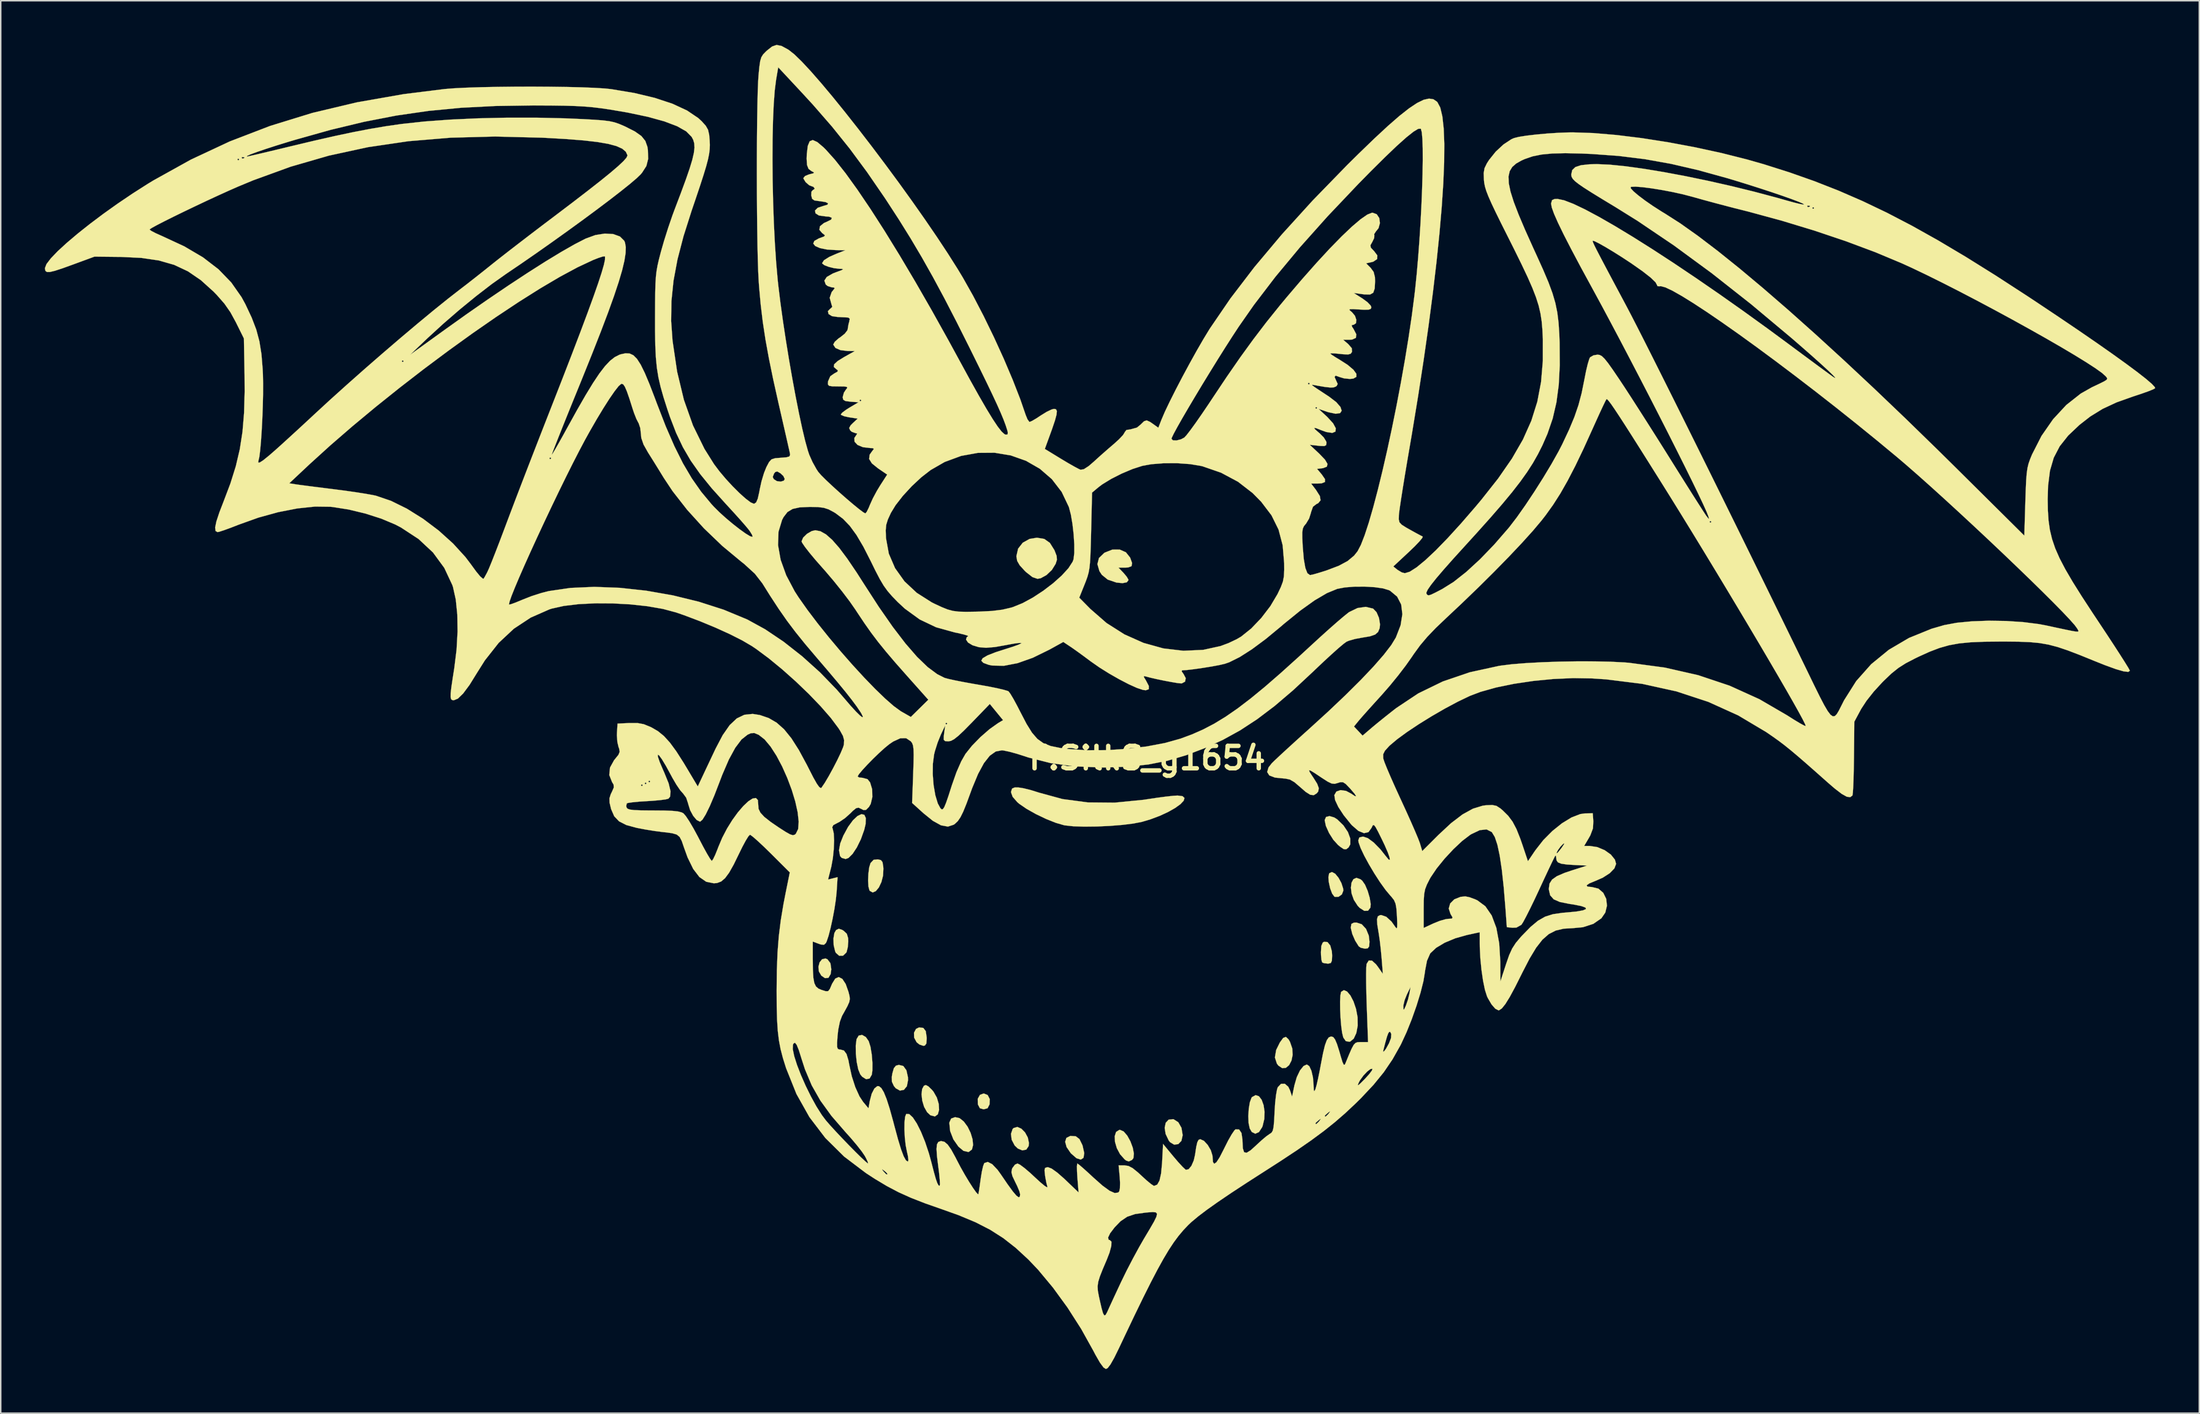
<source format=kicad_pcb>
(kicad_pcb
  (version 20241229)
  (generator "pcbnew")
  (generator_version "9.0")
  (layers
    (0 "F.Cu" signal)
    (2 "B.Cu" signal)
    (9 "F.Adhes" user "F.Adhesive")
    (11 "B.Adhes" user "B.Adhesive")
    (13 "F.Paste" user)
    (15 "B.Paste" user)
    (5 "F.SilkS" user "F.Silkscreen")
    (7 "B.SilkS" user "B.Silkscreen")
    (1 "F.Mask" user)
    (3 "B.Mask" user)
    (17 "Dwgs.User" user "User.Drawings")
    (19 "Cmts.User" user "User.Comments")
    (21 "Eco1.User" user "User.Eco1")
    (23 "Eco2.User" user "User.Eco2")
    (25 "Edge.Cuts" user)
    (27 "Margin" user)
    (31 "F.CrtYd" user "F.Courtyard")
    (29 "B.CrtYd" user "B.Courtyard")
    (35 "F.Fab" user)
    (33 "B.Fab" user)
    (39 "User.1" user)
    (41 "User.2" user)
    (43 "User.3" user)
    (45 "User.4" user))
  (footprint "F.SilkS_g1654"
    (layer "F.Cu")
    (at 74.935 48.494)
    (property "Reference" "F.SilkS_g1654" (at 0 0 0) (layer "F.SilkS") (effects (font (size 1.524 1.524) (thickness 0.3))))
    (attr through_hole)
    (fp_poly (pts (xy -10.843 22.904) (xy -10.701 23.181) (xy -10.715 23.539) (xy -10.851 23.802) (xy -11.113 23.876) (xy -11.375 23.801) (xy -11.51 23.539) (xy -11.52 23.162) (xy -11.369 22.892) (xy -11.113 22.797) (xy -10.843 22.904)) (stroke (width 0.01) (type solid)) (fill yes) (layer "F.SilkS"))
    (fp_poly (pts (xy -21.738 13.673) (xy -21.533 13.941) (xy -21.472 14.356) (xy -21.518 14.681) (xy -21.666 14.934) (xy -21.9 14.959) (xy -22.152 14.786) (xy -22.317 14.504) (xy -22.348 14.182) (xy -22.269 13.883) (xy -22.103 13.674) (xy -21.876 13.618) (xy -21.738 13.673)) (stroke (width 0.01) (type solid)) (fill yes) (layer "F.SilkS"))
    (fp_poly (pts (xy -15.22 18.341) (xy -15.053 18.557) (xy -14.99 18.982) (xy -14.988 19.082) (xy -15.013 19.405) (xy -15.112 19.54) (xy -15.22 19.558) (xy -15.482 19.469) (xy -15.674 19.315) (xy -15.843 19) (xy -15.852 18.67) (xy -15.716 18.41) (xy -15.508 18.309) (xy -15.22 18.341)) (stroke (width 0.01) (type solid)) (fill yes) (layer "F.SilkS"))
    (fp_poly (pts (xy -8.555 25.191) (xy -8.302 25.448) (xy -8.115 25.791) (xy -8.037 26.167) (xy -8.06 26.379) (xy -8.218 26.614) (xy -8.484 26.668) (xy -8.792 26.542) (xy -9.008 26.335) (xy -9.212 25.945) (xy -9.26 25.544) (xy -9.149 25.218) (xy -9.081 25.147) (xy -8.829 25.073) (xy -8.555 25.191)) (stroke (width 0.01) (type solid)) (fill yes) (layer "F.SilkS"))
    (fp_poly (pts (xy -16.579 20.93) (xy -16.367 21.221) (xy -16.263 21.695) (xy -16.256 21.888) (xy -16.335 22.304) (xy -16.537 22.55) (xy -16.808 22.603) (xy -17.096 22.441) (xy -17.223 22.285) (xy -17.355 21.996) (xy -17.361 21.659) (xy -17.321 21.427) (xy -17.221 21.077) (xy -17.08 20.908) (xy -16.882 20.854) (xy -16.579 20.93)) (stroke (width 0.01) (type solid)) (fill yes) (layer "F.SilkS"))
    (fp_poly (pts (xy -4.853 25.709) (xy -4.605 25.898) (xy -4.41 26.294) (xy -4.39 26.351) (xy -4.278 26.852) (xy -4.328 27.172) (xy -4.513 27.294) (xy -4.804 27.201) (xy -5.175 26.878) (xy -5.201 26.848) (xy -5.479 26.441) (xy -5.576 26.084) (xy -5.494 25.819) (xy -5.232 25.688) (xy -5.207 25.685) (xy -4.853 25.709)) (stroke (width 0.01) (type solid)) (fill yes) (layer "F.SilkS"))
    (fp_poly (pts (xy 1.8 24.553) (xy 2.114 24.753) (xy 2.331 25.133) (xy 2.413 25.627) (xy 2.413 25.635) (xy 2.328 26.018) (xy 2.114 26.241) (xy 1.835 26.279) (xy 1.553 26.109) (xy 1.465 25.997) (xy 1.253 25.55) (xy 1.188 25.132) (xy 1.26 24.791) (xy 1.457 24.579) (xy 1.766 24.545) (xy 1.8 24.553)) (stroke (width 0.01) (type solid)) (fill yes) (layer "F.SilkS"))
    (fp_poly (pts (xy 9.608 19.116) (xy 9.712 19.298) (xy 9.864 19.739) (xy 9.889 20.174) (xy 9.809 20.564) (xy 9.649 20.87) (xy 9.431 21.054) (xy 9.18 21.077) (xy 8.918 20.901) (xy 8.818 20.77) (xy 8.681 20.349) (xy 8.768 19.84) (xy 9.019 19.331) (xy 9.246 19.021) (xy 9.43 18.95) (xy 9.608 19.116)) (stroke (width 0.01) (type solid)) (fill yes) (layer "F.SilkS"))
    (fp_poly (pts (xy 12.259 12.505) (xy 12.446 12.736) (xy 12.555 13.136) (xy 12.573 13.423) (xy 12.557 13.767) (xy 12.486 13.926) (xy 12.322 13.969) (xy 12.277 13.97) (xy 12.01 13.937) (xy 11.896 13.885) (xy 11.846 13.718) (xy 11.816 13.389) (xy 11.811 13.183) (xy 11.839 12.765) (xy 11.932 12.544) (xy 12.02 12.485) (xy 12.259 12.505)) (stroke (width 0.01) (type solid)) (fill yes) (layer "F.SilkS"))
    (fp_poly (pts (xy 12.779 7.856) (xy 13.006 8.131) (xy 13.203 8.493) (xy 13.321 8.86) (xy 13.335 9.007) (xy 13.237 9.262) (xy 13.011 9.425) (xy 12.76 9.431) (xy 12.723 9.412) (xy 12.573 9.21) (xy 12.437 8.847) (xy 12.344 8.415) (xy 12.319 8.097) (xy 12.368 7.832) (xy 12.541 7.748) (xy 12.57 7.747) (xy 12.779 7.856)) (stroke (width 0.01) (type solid)) (fill yes) (layer "F.SilkS"))
    (fp_poly (pts (xy 14.585 11.293) (xy 14.877 11.607) (xy 15.064 12.063) (xy 15.113 12.478) (xy 15.092 12.793) (xy 14.999 12.927) (xy 14.811 12.954) (xy 14.523 12.892) (xy 14.382 12.795) (xy 14.138 12.407) (xy 13.943 11.957) (xy 13.846 11.562) (xy 13.843 11.5) (xy 13.883 11.269) (xy 14.053 11.184) (xy 14.226 11.176) (xy 14.585 11.293)) (stroke (width 0.01) (type solid)) (fill yes) (layer "F.SilkS"))
    (fp_poly (pts (xy -20.73 11.678) (xy -20.638 11.735) (xy -20.418 11.942) (xy -20.329 12.238) (xy -20.32 12.457) (xy -20.352 12.852) (xy -20.431 13.172) (xy -20.451 13.216) (xy -20.674 13.43) (xy -20.94 13.434) (xy -21.165 13.235) (xy -21.212 13.136) (xy -21.313 12.712) (xy -21.328 12.263) (xy -21.263 11.884) (xy -21.146 11.685) (xy -20.96 11.598) (xy -20.73 11.678)) (stroke (width 0.01) (type solid)) (fill yes) (layer "F.SilkS"))
    (fp_poly (pts (xy -14.87 22.319) (xy -14.627 22.556) (xy -14.523 22.682) (xy -14.296 23.082) (xy -14.169 23.514) (xy -14.146 23.914) (xy -14.232 24.217) (xy -14.428 24.359) (xy -14.432 24.359) (xy -14.734 24.281) (xy -14.961 24.07) (xy -15.165 23.709) (xy -15.292 23.284) (xy -15.338 22.86) (xy -15.301 22.502) (xy -15.178 22.273) (xy -15.047 22.225) (xy -14.87 22.319)) (stroke (width 0.01) (type solid)) (fill yes) (layer "F.SilkS"))
    (fp_poly (pts (xy -12.755 24.475) (xy -12.463 24.709) (xy -12.205 25.061) (xy -12.002 25.479) (xy -11.872 25.909) (xy -11.835 26.302) (xy -11.911 26.605) (xy -12.12 26.766) (xy -12.164 26.775) (xy -12.487 26.7) (xy -12.829 26.414) (xy -13.174 25.921) (xy -13.394 25.356) (xy -13.449 24.822) (xy -13.443 24.759) (xy -13.327 24.504) (xy -13.061 24.408) (xy -12.755 24.475)) (stroke (width 0.01) (type solid)) (fill yes) (layer "F.SilkS"))
    (fp_poly (pts (xy -1.598 25.382) (xy -1.355 25.663) (xy -1.141 26.051) (xy -0.981 26.48) (xy -0.904 26.882) (xy -0.935 27.193) (xy -1.029 27.316) (xy -1.25 27.42) (xy -1.433 27.356) (xy -1.538 27.273) (xy -1.844 26.929) (xy -2.064 26.516) (xy -2.188 26.09) (xy -2.208 25.704) (xy -2.116 25.415) (xy -1.903 25.278) (xy -1.843 25.273) (xy -1.598 25.382)) (stroke (width 0.01) (type solid)) (fill yes) (layer "F.SilkS"))
    (fp_poly (pts (xy 14.498 8.235) (xy 14.617 8.33) (xy 14.809 8.605) (xy 14.989 9.025) (xy 15.127 9.495) (xy 15.195 9.917) (xy 15.177 10.159) (xy 15.014 10.374) (xy 14.758 10.38) (xy 14.448 10.182) (xy 14.304 10.029) (xy 14.047 9.63) (xy 13.897 9.208) (xy 13.848 8.806) (xy 13.892 8.465) (xy 14.02 8.228) (xy 14.225 8.137) (xy 14.498 8.235)) (stroke (width 0.01) (type solid)) (fill yes) (layer "F.SilkS"))
    (fp_poly (pts (xy -19.228 3.852) (xy -19.126 4.075) (xy -19.142 4.484) (xy -19.235 4.877) (xy -19.462 5.51) (xy -19.736 6.069) (xy -20.027 6.51) (xy -20.307 6.786) (xy -20.499 6.858) (xy -20.764 6.782) (xy -20.878 6.657) (xy -20.949 6.266) (xy -20.868 5.803) (xy -20.656 5.271) (xy -20.331 4.672) (xy -20.002 4.224) (xy -19.691 3.933) (xy -19.425 3.807) (xy -19.228 3.852)) (stroke (width 0.01) (type solid)) (fill yes) (layer "F.SilkS"))
    (fp_poly (pts (xy -18.101 6.932) (xy -17.993 7.066) (xy -17.944 7.355) (xy -17.932 7.518) (xy -17.955 7.986) (xy -18.067 8.424) (xy -18.239 8.789) (xy -18.446 9.039) (xy -18.659 9.133) (xy -18.852 9.027) (xy -18.881 8.985) (xy -18.949 8.73) (xy -18.972 8.322) (xy -18.953 7.856) (xy -18.897 7.428) (xy -18.808 7.134) (xy -18.596 6.911) (xy -18.311 6.882) (xy -18.101 6.932)) (stroke (width 0.01) (type solid)) (fill yes) (layer "F.SilkS"))
    (fp_poly (pts (xy 7.598 22.987) (xy 7.783 23.23) (xy 7.915 23.597) (xy 7.98 24.044) (xy 7.963 24.528) (xy 7.849 25.004) (xy 7.817 25.087) (xy 7.6 25.421) (xy 7.35 25.534) (xy 7.113 25.418) (xy 6.971 25.178) (xy 6.894 24.815) (xy 6.874 24.34) (xy 6.905 23.836) (xy 6.98 23.391) (xy 7.092 23.089) (xy 7.127 23.044) (xy 7.374 22.91) (xy 7.598 22.987)) (stroke (width 0.01) (type solid)) (fill yes) (layer "F.SilkS"))
    (fp_poly (pts (xy 12.716 4.033) (xy 12.919 4.162) (xy 13.342 4.573) (xy 13.647 5.027) (xy 13.81 5.473) (xy 13.81 5.856) (xy 13.691 6.071) (xy 13.528 6.195) (xy 13.364 6.186) (xy 13.122 6.025) (xy 12.974 5.903) (xy 12.654 5.55) (xy 12.362 5.088) (xy 12.148 4.611) (xy 12.065 4.216) (xy 12.065 4.214) (xy 12.158 4) (xy 12.395 3.938) (xy 12.716 4.033)) (stroke (width 0.01) (type solid)) (fill yes) (layer "F.SilkS"))
    (fp_poly (pts (xy -19.124 18.964) (xy -18.931 19.241) (xy -18.811 19.622) (xy -18.723 20.152) (xy -18.677 20.728) (xy -18.681 21.246) (xy -18.72 21.523) (xy -18.871 21.782) (xy -19.106 21.828) (xy -19.373 21.661) (xy -19.507 21.495) (xy -19.642 21.16) (xy -19.745 20.662) (xy -19.805 20.094) (xy -19.812 19.546) (xy -19.758 19.108) (xy -19.758 19.107) (xy -19.61 18.861) (xy -19.378 18.817) (xy -19.124 18.964)) (stroke (width 0.01) (type solid)) (fill yes) (layer "F.SilkS"))
    (fp_poly (pts (xy -6.995 -14.904) (xy -6.615 -14.635) (xy -6.31 -14.148) (xy -6.293 -14.111) (xy -6.154 -13.748) (xy -6.137 -13.48) (xy -6.222 -13.21) (xy -6.479 -12.796) (xy -6.843 -12.449) (xy -7.237 -12.232) (xy -7.456 -12.192) (xy -7.796 -12.306) (xy -8.23 -12.645) (xy -8.335 -12.747) (xy -8.668 -13.114) (xy -8.839 -13.41) (xy -8.89 -13.712) (xy -8.89 -13.739) (xy -8.774 -14.244) (xy -8.458 -14.647) (xy -7.988 -14.908) (xy -7.493 -14.986) (xy -6.995 -14.904)) (stroke (width 0.01) (type solid)) (fill yes) (layer "F.SilkS"))
    (fp_poly (pts (xy 13.589 15.867) (xy 13.815 16.135) (xy 14.025 16.54) (xy 14.196 17.044) (xy 14.303 17.611) (xy 14.304 17.621) (xy 14.312 18.187) (xy 14.218 18.689) (xy 14.042 19.069) (xy 13.803 19.268) (xy 13.748 19.281) (xy 13.505 19.242) (xy 13.34 19.006) (xy 13.323 18.964) (xy 13.25 18.663) (xy 13.19 18.206) (xy 13.145 17.66) (xy 13.118 17.09) (xy 13.113 16.563) (xy 13.132 16.146) (xy 13.178 15.905) (xy 13.187 15.888) (xy 13.372 15.772) (xy 13.589 15.867)) (stroke (width 0.01) (type solid)) (fill yes) (layer "F.SilkS"))
    (fp_poly (pts (xy -1.446 -13.995) (xy -1.157 -13.633) (xy -1.024 -13.259) (xy -1.065 -13.049) (xy -1.298 -12.963) (xy -1.484 -12.954) (xy -1.953 -12.954) (xy -1.611 -12.598) (xy -1.391 -12.335) (xy -1.275 -12.134) (xy -1.27 -12.105) (xy -1.381 -11.957) (xy -1.673 -11.897) (xy -2.085 -11.937) (xy -2.095 -11.939) (xy -2.683 -12.139) (xy -3.083 -12.464) (xy -3.248 -12.717) (xy -3.385 -13.193) (xy -3.277 -13.606) (xy -2.924 -13.949) (xy -2.886 -13.973) (xy -2.369 -14.178) (xy -1.869 -14.181) (xy -1.446 -13.995)) (stroke (width 0.01) (type solid)) (fill yes) (layer "F.SilkS"))
    (fp_poly (pts (xy -8.744 1.995) (xy -8.392 2.051) (xy -7.905 2.172) (xy -7.386 2.334) (xy -7.361 2.343) (xy -5.752 2.782) (xy -4.037 3.009) (xy -2.205 3.025) (xy -0.241 2.831) (xy 0 2.794) (xy 0.655 2.696) (xy 1.262 2.616) (xy 1.755 2.562) (xy 2.064 2.542) (xy 2.406 2.586) (xy 2.537 2.71) (xy 2.48 2.897) (xy 2.26 3.13) (xy 1.899 3.39) (xy 1.42 3.661) (xy 0.849 3.925) (xy 0.207 4.165) (xy -0.36 4.333) (xy -0.945 4.447) (xy -1.698 4.54) (xy -2.55 4.608) (xy -3.433 4.648) (xy -4.279 4.657) (xy -5.021 4.633) (xy -5.589 4.572) (xy -5.652 4.56) (xy -6.215 4.397) (xy -6.881 4.131) (xy -7.568 3.802) (xy -8.199 3.447) (xy -8.694 3.107) (xy -8.826 2.994) (xy -9.144 2.632) (xy -9.253 2.335) (xy -9.249 2.262) (xy -9.183 2.067) (xy -9.01 1.994) (xy -8.744 1.995)) (stroke (width 0.01) (type solid)) (fill yes) (layer "F.SilkS"))
    (fp_poly (pts (xy -24.858 -48.421) (xy -24.418 -48.182) (xy -24.366 -48.149) (xy -23.986 -47.849) (xy -23.481 -47.358) (xy -22.867 -46.699) (xy -22.161 -45.891) (xy -21.378 -44.957) (xy -20.535 -43.916) (xy -19.648 -42.791) (xy -18.732 -41.602) (xy -17.805 -40.371) (xy -16.881 -39.118) (xy -15.978 -37.864) (xy -15.111 -36.631) (xy -14.297 -35.44) (xy -13.551 -34.311) (xy -12.89 -33.267) (xy -12.53 -32.67) (xy -11.836 -31.438) (xy -11.123 -30.068) (xy -10.418 -28.619) (xy -9.748 -27.151) (xy -9.142 -25.723) (xy -8.624 -24.394) (xy -8.26 -23.336) (xy -8.136 -23.034) (xy -8.015 -22.87) (xy -7.988 -22.86) (xy -7.827 -22.927) (xy -7.529 -23.102) (xy -7.222 -23.305) (xy -6.837 -23.542) (xy -6.502 -23.703) (xy -6.326 -23.749) (xy -6.195 -23.715) (xy -6.139 -23.593) (xy -6.163 -23.35) (xy -6.27 -22.953) (xy -6.467 -22.37) (xy -6.602 -21.997) (xy -6.957 -21.023) (xy -5.86 -20.352) (xy -5.372 -20.06) (xy -4.944 -19.817) (xy -4.637 -19.654) (xy -4.533 -19.609) (xy -4.31 -19.641) (xy -3.977 -19.857) (xy -3.637 -20.15) (xy -3.172 -20.572) (xy -2.64 -21.039) (xy -2.248 -21.375) (xy -1.897 -21.694) (xy -1.882 -21.711) (xy 1.651 -21.711) (xy 1.752 -21.608) (xy 1.999 -21.6) (xy 2.302 -21.678) (xy 2.519 -21.793) (xy 2.671 -21.955) (xy 2.937 -22.298) (xy 3.292 -22.787) (xy 3.712 -23.39) (xy 3.998 -23.812) (xy 11.43 -23.812) (xy 11.493 -23.749) (xy 11.557 -23.812) (xy 11.493 -23.876) (xy 11.43 -23.812) (xy 3.998 -23.812) (xy 4.174 -24.073) (xy 4.41 -24.428) (xy 5.101 -25.463) (xy 10.922 -25.463) (xy 10.986 -25.4) (xy 11.049 -25.463) (xy 10.986 -25.527) (xy 10.922 -25.463) (xy 5.101 -25.463) (xy 5.414 -25.932) (xy 6.337 -27.264) (xy 7.219 -28.479) (xy 8.098 -29.631) (xy 9.015 -30.772) (xy 9.482 -31.334) (xy 10.534 -32.567) (xy 11.516 -33.676) (xy 12.415 -34.649) (xy 13.221 -35.474) (xy 13.923 -36.141) (xy 14.509 -36.639) (xy 14.967 -36.956) (xy 15.288 -37.082) (xy 15.318 -37.084) (xy 15.604 -36.98) (xy 15.777 -36.719) (xy 15.822 -36.376) (xy 15.727 -36.03) (xy 15.546 -35.805) (xy 15.431 -35.626) (xy 15.443 -35.54) (xy 15.432 -35.361) (xy 15.306 -35.101) (xy 15.178 -34.873) (xy 15.2 -34.711) (xy 15.391 -34.506) (xy 15.42 -34.479) (xy 15.648 -34.176) (xy 15.631 -33.928) (xy 15.375 -33.756) (xy 15.242 -33.719) (xy 14.885 -33.641) (xy 15.19 -33.336) (xy 15.394 -33.058) (xy 15.482 -32.706) (xy 15.492 -32.423) (xy 15.467 -31.928) (xy 15.368 -31.642) (xy 15.155 -31.522) (xy 14.786 -31.525) (xy 14.654 -31.542) (xy 14.043 -31.625) (xy 14.642 -31.246) (xy 14.972 -31.002) (xy 15.19 -30.774) (xy 15.24 -30.659) (xy 15.203 -30.546) (xy 15.058 -30.492) (xy 14.749 -30.485) (xy 14.431 -30.502) (xy 13.998 -30.527) (xy 13.781 -30.522) (xy 13.745 -30.475) (xy 13.854 -30.372) (xy 13.923 -30.317) (xy 14.126 -30.074) (xy 14.219 -29.797) (xy 14.193 -29.567) (xy 14.039 -29.464) (xy 14.026 -29.464) (xy 13.9 -29.441) (xy 13.929 -29.327) (xy 14.026 -29.182) (xy 14.217 -28.815) (xy 14.188 -28.573) (xy 13.939 -28.459) (xy 13.772 -28.448) (xy 13.321 -28.448) (xy 13.667 -28.151) (xy 13.909 -27.872) (xy 13.927 -27.629) (xy 13.925 -27.625) (xy 13.839 -27.497) (xy 13.666 -27.445) (xy 13.34 -27.458) (xy 13.142 -27.479) (xy 12.762 -27.516) (xy 12.509 -27.523) (xy 12.446 -27.509) (xy 12.546 -27.422) (xy 12.805 -27.254) (xy 13.049 -27.109) (xy 13.626 -26.74) (xy 14.02 -26.407) (xy 14.222 -26.129) (xy 14.222 -25.922) (xy 14.012 -25.803) (xy 13.771 -25.781) (xy 13.386 -25.819) (xy 13.073 -25.912) (xy 13.062 -25.918) (xy 12.81 -26.007) (xy 12.738 -25.917) (xy 12.85 -25.662) (xy 12.951 -25.441) (xy 12.88 -25.304) (xy 12.827 -25.266) (xy 12.681 -25.207) (xy 12.457 -25.196) (xy 12.1 -25.234) (xy 11.558 -25.326) (xy 11.43 -25.35) (xy 11.286 -25.377) (xy 11.212 -25.381) (xy 11.234 -25.339) (xy 11.379 -25.23) (xy 11.674 -25.032) (xy 12.144 -24.723) (xy 12.37 -24.575) (xy 12.854 -24.204) (xy 13.138 -23.877) (xy 13.223 -23.62) (xy 13.114 -23.457) (xy 12.813 -23.414) (xy 12.324 -23.517) (xy 12.243 -23.543) (xy 11.654 -23.744) (xy 12.241 -23.198) (xy 12.638 -22.766) (xy 12.821 -22.428) (xy 12.801 -22.203) (xy 12.584 -22.111) (xy 12.18 -22.172) (xy 11.855 -22.288) (xy 11.488 -22.433) (xy 11.344 -22.457) (xy 11.415 -22.352) (xy 11.695 -22.108) (xy 11.719 -22.089) (xy 12.008 -21.798) (xy 12.174 -21.525) (xy 12.192 -21.437) (xy 12.165 -21.279) (xy 12.039 -21.217) (xy 11.748 -21.227) (xy 11.623 -21.24) (xy 11.054 -21.304) (xy 11.701 -20.697) (xy 12.088 -20.293) (xy 12.258 -20.004) (xy 12.215 -19.817) (xy 11.96 -19.717) (xy 11.893 -19.708) (xy 11.549 -19.667) (xy 11.871 -19.284) (xy 12.089 -18.968) (xy 12.087 -18.774) (xy 11.858 -18.683) (xy 11.598 -18.669) (xy 11.146 -18.669) (xy 11.478 -18.233) (xy 11.738 -17.822) (xy 11.788 -17.531) (xy 11.629 -17.335) (xy 11.512 -17.279) (xy 11.271 -17.093) (xy 11.142 -16.73) (xy 11.136 -16.692) (xy 11.007 -16.288) (xy 10.799 -15.944) (xy 10.781 -15.924) (xy 10.654 -15.769) (xy 10.578 -15.595) (xy 10.544 -15.343) (xy 10.546 -14.955) (xy 10.574 -14.386) (xy 10.646 -13.537) (xy 10.751 -12.935) (xy 10.891 -12.573) (xy 11.068 -12.446) (xy 11.077 -12.446) (xy 11.267 -12.484) (xy 11.628 -12.586) (xy 12.091 -12.73) (xy 12.217 -12.772) (xy 13.024 -13.078) (xy 13.624 -13.4) (xy 14.064 -13.767) (xy 14.3 -14.063) (xy 14.527 -14.497) (xy 14.784 -15.157) (xy 15.066 -16.018) (xy 15.366 -17.054) (xy 15.679 -18.24) (xy 16 -19.55) (xy 16.323 -20.96) (xy 16.642 -22.444) (xy 16.952 -23.976) (xy 17.247 -25.531) (xy 17.522 -27.083) (xy 17.771 -28.608) (xy 17.989 -30.08) (xy 18.169 -31.473) (xy 18.216 -31.877) (xy 18.324 -32.931) (xy 18.421 -34.055) (xy 18.508 -35.221) (xy 18.582 -36.399) (xy 18.642 -37.56) (xy 18.688 -38.675) (xy 18.719 -39.716) (xy 18.734 -40.653) (xy 18.731 -41.456) (xy 18.709 -42.099) (xy 18.668 -42.55) (xy 18.607 -42.781) (xy 18.596 -42.795) (xy 18.43 -42.788) (xy 18.105 -42.592) (xy 17.62 -42.206) (xy 16.974 -41.628) (xy 16.168 -40.859) (xy 15.198 -39.897) (xy 14.351 -39.035) (xy 12.258 -36.829) (xy 10.383 -34.729) (xy 8.718 -32.726) (xy 7.254 -30.809) (xy 6.226 -29.337) (xy 5.794 -28.679) (xy 5.313 -27.928) (xy 4.801 -27.113) (xy 4.275 -26.262) (xy 3.752 -25.407) (xy 3.251 -24.574) (xy 2.788 -23.794) (xy 2.381 -23.096) (xy 2.048 -22.508) (xy 1.806 -22.061) (xy 1.672 -21.782) (xy 1.651 -21.711) (xy -1.882 -21.711) (xy -1.639 -21.973) (xy -1.526 -22.155) (xy -1.524 -22.169) (xy -1.409 -22.312) (xy -1.137 -22.352) (xy -0.697 -22.474) (xy -0.456 -22.67) (xy -0.218 -22.902) (xy -0.035 -22.964) (xy 0.194 -22.862) (xy 0.391 -22.726) (xy 0.758 -22.464) (xy 0.971 -23.011) (xy 1.197 -23.538) (xy 1.528 -24.232) (xy 1.936 -25.045) (xy 2.396 -25.927) (xy 2.882 -26.828) (xy 3.366 -27.699) (xy 3.823 -28.49) (xy 4.226 -29.152) (xy 4.266 -29.215) (xy 5.659 -31.253) (xy 7.288 -33.384) (xy 9.152 -35.604) (xy 11.252 -37.915) (xy 13.586 -40.315) (xy 14.369 -41.089) (xy 15.443 -42.126) (xy 16.364 -42.98) (xy 17.146 -43.662) (xy 17.803 -44.179) (xy 18.348 -44.542) (xy 18.796 -44.76) (xy 19.162 -44.841) (xy 19.458 -44.795) (xy 19.699 -44.631) (xy 19.728 -44.6) (xy 19.924 -44.232) (xy 20.067 -43.627) (xy 20.158 -42.797) (xy 20.198 -41.753) (xy 20.188 -40.507) (xy 20.129 -39.071) (xy 20.022 -37.455) (xy 19.868 -35.671) (xy 19.668 -33.732) (xy 19.422 -31.648) (xy 19.132 -29.43) (xy 18.798 -27.091) (xy 18.422 -24.642) (xy 18.004 -22.095) (xy 17.84 -21.136) (xy 17.667 -20.126) (xy 17.508 -19.173) (xy 17.369 -18.312) (xy 17.254 -17.578) (xy 17.169 -17.006) (xy 17.12 -16.631) (xy 17.11 -16.526) (xy 17.103 -16.23) (xy 17.152 -16.032) (xy 17.302 -15.87) (xy 17.602 -15.68) (xy 17.843 -15.544) (xy 18.245 -15.321) (xy 18.565 -15.149) (xy 18.733 -15.065) (xy 18.696 -14.964) (xy 18.503 -14.73) (xy 18.185 -14.397) (xy 17.796 -14.023) (xy 16.733 -13.032) (xy 17.017 -12.803) (xy 17.299 -12.632) (xy 17.515 -12.573) (xy 17.85 -12.675) (xy 18.319 -12.975) (xy 18.912 -13.463) (xy 19.618 -14.127) (xy 20.425 -14.957) (xy 21.324 -15.943) (xy 22.303 -17.074) (xy 22.714 -17.564) (xy 23.857 -19.011) (xy 24.796 -20.365) (xy 25.544 -21.662) (xy 26.114 -22.938) (xy 26.52 -24.23) (xy 26.776 -25.574) (xy 26.896 -27.005) (xy 26.897 -28.497) (xy 26.867 -29.13) (xy 26.818 -29.697) (xy 26.736 -30.23) (xy 26.612 -30.764) (xy 26.432 -31.332) (xy 26.186 -31.967) (xy 25.862 -32.705) (xy 25.449 -33.577) (xy 24.936 -34.619) (xy 24.551 -35.386) (xy 24.068 -36.348) (xy 23.69 -37.116) (xy 23.403 -37.721) (xy 23.195 -38.192) (xy 23.052 -38.561) (xy 22.962 -38.859) (xy 22.912 -39.116) (xy 22.891 -39.323) (xy 22.876 -39.781) (xy 22.933 -40.112) (xy 23.092 -40.438) (xy 23.241 -40.669) (xy 23.693 -41.234) (xy 24.225 -41.726) (xy 24.759 -42.078) (xy 24.932 -42.155) (xy 25.26 -42.238) (xy 25.784 -42.321) (xy 26.443 -42.398) (xy 27.178 -42.465) (xy 27.929 -42.514) (xy 28.638 -42.541) (xy 28.938 -42.545) (xy 30.328 -42.498) (xy 31.904 -42.365) (xy 33.613 -42.155) (xy 35.405 -41.875) (xy 37.228 -41.535) (xy 39.032 -41.143) (xy 40.767 -40.706) (xy 41.91 -40.38) (xy 43.659 -39.826) (xy 45.344 -39.232) (xy 46.993 -38.586) (xy 48.633 -37.873) (xy 50.292 -37.08) (xy 51.997 -36.192) (xy 53.777 -35.195) (xy 55.658 -34.076) (xy 57.668 -32.821) (xy 59.834 -31.415) (xy 60.389 -31.048) (xy 61.894 -30.043) (xy 63.272 -29.111) (xy 64.512 -28.258) (xy 65.604 -27.492) (xy 66.539 -26.82) (xy 67.305 -26.251) (xy 67.894 -25.79) (xy 68.295 -25.445) (xy 68.498 -25.224) (xy 68.518 -25.148) (xy 68.377 -25.07) (xy 68.045 -24.937) (xy 67.57 -24.768) (xy 67.024 -24.588) (xy 65.897 -24.187) (xy 64.951 -23.746) (xy 64.11 -23.228) (xy 63.377 -22.657) (xy 62.61 -21.931) (xy 62.034 -21.204) (xy 61.628 -20.424) (xy 61.371 -19.543) (xy 61.242 -18.512) (xy 61.216 -17.608) (xy 61.229 -16.846) (xy 61.274 -16.161) (xy 61.364 -15.522) (xy 61.512 -14.899) (xy 61.728 -14.264) (xy 62.026 -13.586) (xy 62.419 -12.835) (xy 62.917 -11.983) (xy 63.534 -10.999) (xy 64.283 -9.853) (xy 64.698 -9.229) (xy 65.228 -8.43) (xy 65.709 -7.697) (xy 66.123 -7.057) (xy 66.454 -6.537) (xy 66.684 -6.165) (xy 66.794 -5.967) (xy 66.802 -5.944) (xy 66.697 -5.864) (xy 66.379 -5.9) (xy 65.846 -6.054) (xy 65.095 -6.327) (xy 64.375 -6.615) (xy 63.39 -7.015) (xy 62.582 -7.324) (xy 61.895 -7.555) (xy 61.273 -7.718) (xy 60.662 -7.825) (xy 60.004 -7.887) (xy 59.245 -7.917) (xy 58.329 -7.926) (xy 58.039 -7.926) (xy 56.912 -7.915) (xy 55.985 -7.877) (xy 55.203 -7.801) (xy 54.513 -7.676) (xy 53.861 -7.491) (xy 53.193 -7.237) (xy 52.455 -6.903) (xy 52.197 -6.778) (xy 51.568 -6.451) (xy 51.063 -6.13) (xy 50.591 -5.751) (xy 50.065 -5.249) (xy 49.974 -5.157) (xy 49.4 -4.532) (xy 48.902 -3.903) (xy 48.538 -3.347) (xy 48.514 -3.302) (xy 48.071 -2.477) (xy 48.047 -0.033) (xy 48.035 0.734) (xy 48.018 1.416) (xy 47.996 1.971) (xy 47.971 2.358) (xy 47.945 2.535) (xy 47.943 2.539) (xy 47.793 2.654) (xy 47.557 2.622) (xy 47.213 2.429) (xy 46.74 2.066) (xy 46.295 1.683) (xy 45.452 0.935) (xy 44.766 0.331) (xy 44.205 -0.154) (xy 43.737 -0.547) (xy 43.332 -0.873) (xy 42.956 -1.159) (xy 42.578 -1.43) (xy 42.168 -1.713) (xy 42.063 -1.783) (xy 40.177 -2.906) (xy 38.15 -3.824) (xy 35.98 -4.538) (xy 33.662 -5.049) (xy 31.193 -5.357) (xy 30.226 -5.421) (xy 28.955 -5.441) (xy 27.614 -5.381) (xy 26.259 -5.25) (xy 24.945 -5.055) (xy 23.726 -4.805) (xy 22.659 -4.506) (xy 21.937 -4.232) (xy 21.126 -3.843) (xy 20.245 -3.373) (xy 19.343 -2.852) (xy 18.469 -2.311) (xy 17.671 -1.78) (xy 16.999 -1.289) (xy 16.5 -0.869) (xy 16.437 -0.807) (xy 16.16 -0.501) (xy 16.043 -0.264) (xy 16.046 -0.007) (xy 16.055 0.043) (xy 16.131 0.274) (xy 16.299 0.694) (xy 16.541 1.26) (xy 16.839 1.933) (xy 17.176 2.671) (xy 17.26 2.852) (xy 17.609 3.611) (xy 17.93 4.325) (xy 18.203 4.949) (xy 18.41 5.441) (xy 18.53 5.755) (xy 18.543 5.794) (xy 18.699 6.317) (xy 19.796 5.222) (xy 20.662 4.417) (xy 21.439 3.825) (xy 22.148 3.435) (xy 22.812 3.232) (xy 23.041 3.202) (xy 23.459 3.185) (xy 23.744 3.245) (xy 24.012 3.418) (xy 24.168 3.551) (xy 24.538 3.916) (xy 24.838 4.318) (xy 25.102 4.817) (xy 25.364 5.475) (xy 25.507 5.887) (xy 25.883 7.008) (xy 26.285 6.415) (xy 27.839 6.415) (xy 27.848 6.477) (xy 27.943 6.385) (xy 28.127 6.155) (xy 28.194 6.064) (xy 28.343 5.839) (xy 28.336 5.789) (xy 28.275 5.832) (xy 28.1 6.011) (xy 27.937 6.233) (xy 27.839 6.415) (xy 26.285 6.415) (xy 26.393 6.257) (xy 26.927 5.574) (xy 27.544 4.953) (xy 28.199 4.428) (xy 28.846 4.033) (xy 29.438 3.803) (xy 29.755 3.757) (xy 30.29 3.747) (xy 30.329 4.294) (xy 30.304 4.775) (xy 30.128 5.243) (xy 30.038 5.405) (xy 29.707 5.969) (xy 30.085 5.969) (xy 30.601 6.048) (xy 31.099 6.257) (xy 31.518 6.554) (xy 31.796 6.898) (xy 31.877 7.188) (xy 31.761 7.497) (xy 31.442 7.824) (xy 30.968 8.129) (xy 30.474 8.345) (xy 30.056 8.517) (xy 29.872 8.648) (xy 29.928 8.733) (xy 30.225 8.763) (xy 30.232 8.763) (xy 30.674 8.871) (xy 31.004 9.157) (xy 31.204 9.562) (xy 31.256 10.029) (xy 31.143 10.5) (xy 30.876 10.888) (xy 30.329 11.266) (xy 29.62 11.495) (xy 28.941 11.558) (xy 28.31 11.595) (xy 27.773 11.721) (xy 27.301 11.962) (xy 26.867 12.343) (xy 26.442 12.888) (xy 25.998 13.623) (xy 25.507 14.573) (xy 25.465 14.659) (xy 25.013 15.56) (xy 24.644 16.243) (xy 24.347 16.722) (xy 24.111 17.015) (xy 23.926 17.139) (xy 23.88 17.145) (xy 23.662 17.034) (xy 23.406 16.738) (xy 23.156 16.31) (xy 23.098 16.186) (xy 22.96 15.752) (xy 22.832 15.132) (xy 22.725 14.393) (xy 22.648 13.604) (xy 22.61 12.833) (xy 22.607 12.617) (xy 22.606 11.836) (xy 21.749 12.022) (xy 20.947 12.247) (xy 20.229 12.546) (xy 19.649 12.891) (xy 19.261 13.254) (xy 19.232 13.296) (xy 19.021 13.776) (xy 18.892 14.449) (xy 18.883 14.536) (xy 18.779 15.165) (xy 18.58 15.954) (xy 18.308 16.839) (xy 17.984 17.755) (xy 17.63 18.638) (xy 17.267 19.424) (xy 17.21 19.535) (xy 16.676 20.482) (xy 16.084 21.353) (xy 15.387 22.209) (xy 14.539 23.111) (xy 14.138 23.506) (xy 13.458 24.144) (xy 12.757 24.752) (xy 12.002 25.355) (xy 11.156 25.98) (xy 10.183 26.655) (xy 9.048 27.405) (xy 8.128 27.996) (xy 6.821 28.835) (xy 5.717 29.558) (xy 4.801 30.179) (xy 4.056 30.707) (xy 3.465 31.156) (xy 3.011 31.535) (xy 2.787 31.747) (xy 2.455 32.097) (xy 2.132 32.481) (xy 1.806 32.921) (xy 1.466 33.437) (xy 1.1 34.05) (xy 0.696 34.78) (xy 0.242 35.65) (xy -0.273 36.678) (xy -0.861 37.887) (xy -1.533 39.298) (xy -1.912 40.1) (xy -2.241 40.77) (xy -2.495 41.219) (xy -2.685 41.466) (xy -2.805 41.529) (xy -2.971 41.423) (xy -3.209 41.1) (xy -3.525 40.55) (xy -3.668 40.276) (xy -4.49 38.8) (xy -5.417 37.352) (xy -6.407 35.993) (xy -6.481 35.904) (xy -3.37 35.904) (xy -3.354 36.204) (xy -3.289 36.559) (xy -3.232 36.822) (xy -3.1 37.396) (xy -3 37.745) (xy -2.915 37.89) (xy -2.828 37.857) (xy -2.723 37.668) (xy -2.685 37.584) (xy -2.559 37.305) (xy -2.352 36.855) (xy -2.091 36.293) (xy -1.804 35.679) (xy -1.765 35.597) (xy -1.399 34.847) (xy -0.968 34.017) (xy -0.533 33.218) (xy -0.221 32.676) (xy 0.186 31.994) (xy 0.469 31.503) (xy 0.629 31.174) (xy 0.669 30.977) (xy 0.59 30.882) (xy 0.394 30.86) (xy 0.082 30.88) (xy -0.114 30.898) (xy -0.821 30.996) (xy -1.359 31.178) (xy -1.81 31.484) (xy -2.21 31.897) (xy -2.517 32.3) (xy -2.657 32.591) (xy -2.622 32.747) (xy -2.54 32.766) (xy -2.43 32.872) (xy -2.439 33.169) (xy -2.562 33.625) (xy -2.746 34.099) (xy -3.026 34.757) (xy -3.216 35.238) (xy -3.327 35.601) (xy -3.37 35.904) (xy -6.481 35.904) (xy -7.416 34.781) (xy -8.082 34.082) (xy -8.934 33.296) (xy -9.78 32.633) (xy -10.675 32.062) (xy -11.671 31.552) (xy -12.822 31.072) (xy -13.958 30.667) (xy -15.098 30.267) (xy -16.058 29.892) (xy -16.903 29.511) (xy -17.7 29.091) (xy -18.516 28.602) (xy -19.113 28.213) (xy -19.474 27.941) (xy -18.026 27.941) (xy -17.994 28.007) (xy -17.923 28.099) (xy -17.738 28.296) (xy -17.655 28.295) (xy -17.653 28.273) (xy -17.74 28.167) (xy -17.875 28.051) (xy -18.026 27.941) (xy -19.474 27.941) (xy -20.602 27.087) (xy -21.88 25.823) (xy -22.958 24.409) (xy -23.843 22.834) (xy -24.544 21.087) (xy -24.555 21.055) (xy -24.762 20.395) (xy -24.919 19.79) (xy -24.921 19.783) (xy -24.093 19.783) (xy -23.995 20.257) (xy -23.803 20.86) (xy -23.536 21.548) (xy -23.215 22.277) (xy -22.858 23.003) (xy -22.484 23.682) (xy -22.112 24.269) (xy -21.842 24.628) (xy -21.548 24.967) (xy -21.164 25.386) (xy -20.726 25.85) (xy -20.271 26.322) (xy -19.835 26.764) (xy -19.452 27.141) (xy -19.159 27.415) (xy -18.993 27.551) (xy -18.973 27.559) (xy -18.989 27.461) (xy -19.106 27.212) (xy -19.196 27.045) (xy -19.4 26.743) (xy -19.732 26.318) (xy -20.143 25.831) (xy -20.516 25.416) (xy -21.463 24.322) (xy -22.214 23.284) (xy -22.804 22.247) (xy -23.264 21.156) (xy -23.494 20.447) (xy -23.68 19.853) (xy -23.827 19.491) (xy -23.944 19.346) (xy -24.042 19.402) (xy -24.079 19.482) (xy -24.093 19.783) (xy -24.921 19.783) (xy -25.034 19.189) (xy -25.112 18.54) (xy -25.16 17.792) (xy -25.184 16.893) (xy -25.19 15.812) (xy -25.175 14.419) (xy -25.128 13.207) (xy -25.041 12.1) (xy -24.909 11.028) (xy -24.724 9.915) (xy -24.582 9.186) (xy -24.295 7.768) (xy -25.58 6.487) (xy -26.049 6.029) (xy -26.462 5.643) (xy -26.781 5.362) (xy -26.972 5.219) (xy -27.002 5.207) (xy -27.109 5.315) (xy -27.291 5.608) (xy -27.523 6.039) (xy -27.735 6.473) (xy -28.108 7.235) (xy -28.42 7.788) (xy -28.696 8.161) (xy -28.961 8.386) (xy -29.241 8.491) (xy -29.458 8.509) (xy -29.976 8.404) (xy -30.441 8.082) (xy -30.861 7.533) (xy -31.245 6.748) (xy -31.49 6.07) (xy -31.639 5.634) (xy -31.783 5.357) (xy -31.982 5.194) (xy -32.297 5.103) (xy -32.788 5.04) (xy -32.956 5.022) (xy -33.479 4.954) (xy -34.11 4.852) (xy -34.704 4.739) (xy -35.408 4.548) (xy -35.903 4.295) (xy -36.232 3.948) (xy -36.438 3.475) (xy -36.447 3.445) (xy -36.492 3.255) (xy -35.414 3.255) (xy -35.389 3.36) (xy -35.321 3.44) (xy -35.161 3.496) (xy -34.872 3.531) (xy -34.415 3.549) (xy -33.752 3.556) (xy -33.56 3.556) (xy -32.804 3.562) (xy -32.26 3.584) (xy -31.887 3.625) (xy -31.643 3.69) (xy -31.526 3.752) (xy -31.365 3.936) (xy -31.124 4.299) (xy -30.834 4.792) (xy -30.525 5.364) (xy -30.472 5.467) (xy -30.18 6.025) (xy -29.924 6.491) (xy -29.726 6.822) (xy -29.611 6.978) (xy -29.598 6.985) (xy -29.51 6.874) (xy -29.368 6.581) (xy -29.199 6.164) (xy -29.16 6.057) (xy -28.888 5.412) (xy -28.562 4.787) (xy -28.201 4.205) (xy -27.826 3.688) (xy -27.457 3.258) (xy -27.117 2.936) (xy -26.824 2.746) (xy -26.6 2.709) (xy -26.466 2.846) (xy -26.44 3.164) (xy -26.42 3.443) (xy -26.292 3.708) (xy -26.028 3.994) (xy -25.597 4.334) (xy -25.028 4.723) (xy -24.572 5.016) (xy -24.274 5.182) (xy -24.087 5.239) (xy -23.96 5.206) (xy -23.885 5.143) (xy -23.726 4.817) (xy -23.69 4.317) (xy -23.76 3.68) (xy -23.922 2.948) (xy -24.162 2.158) (xy -24.465 1.351) (xy -24.815 0.565) (xy -25.199 -0.161) (xy -25.601 -0.786) (xy -26.007 -1.272) (xy -26.401 -1.58) (xy -26.413 -1.586) (xy -26.709 -1.71) (xy -26.944 -1.694) (xy -27.168 -1.593) (xy -27.58 -1.266) (xy -28.002 -0.705) (xy -28.438 0.096) (xy -28.889 1.142) (xy -29.077 1.636) (xy -29.423 2.533) (xy -29.737 3.27) (xy -30.01 3.827) (xy -30.231 4.183) (xy -30.391 4.317) (xy -30.4 4.318) (xy -30.624 4.207) (xy -30.864 3.921) (xy -31.073 3.532) (xy -31.203 3.111) (xy -31.208 3.082) (xy -31.339 2.688) (xy -31.555 2.394) (xy -31.565 2.386) (xy -31.752 2.174) (xy -32.004 1.802) (xy -32.275 1.339) (xy -32.361 1.178) (xy -32.715 0.528) (xy -32.99 0.073) (xy -33.178 -0.184) (xy -33.271 -0.24) (xy -33.26 -0.089) (xy -33.136 0.271) (xy -32.891 0.843) (xy -32.83 0.979) (xy -32.532 1.71) (xy -32.4 2.259) (xy -32.434 2.621) (xy -32.544 2.755) (xy -32.732 2.804) (xy -33.112 2.855) (xy -33.621 2.9) (xy -33.995 2.923) (xy -34.545 2.958) (xy -34.998 3.002) (xy -35.294 3.047) (xy -35.376 3.076) (xy -35.414 3.255) (xy -36.492 3.255) (xy -36.547 3.027) (xy -36.557 2.736) (xy -36.47 2.458) (xy -36.381 2.276) (xy -36.259 1.994) (xy -36.271 1.841) (xy -34.417 1.841) (xy -34.353 1.905) (xy -34.29 1.841) (xy -34.353 1.778) (xy -34.417 1.841) (xy -36.271 1.841) (xy -36.274 1.797) (xy -36.324 1.714) (xy -34.163 1.714) (xy -34.099 1.778) (xy -34.036 1.714) (xy -34.099 1.651) (xy -34.163 1.714) (xy -36.324 1.714) (xy -36.381 1.62) (xy -36.393 1.587) (xy -33.909 1.587) (xy -33.846 1.651) (xy -33.782 1.587) (xy -33.846 1.524) (xy -33.909 1.587) (xy -36.393 1.587) (xy -36.567 1.149) (xy -36.518 0.641) (xy -36.238 0.135) (xy -36.18 0.066) (xy -35.944 -0.227) (xy -35.859 -0.435) (xy -35.897 -0.652) (xy -35.934 -0.745) (xy -36.017 -1.093) (xy -36.049 -1.546) (xy -36.044 -1.728) (xy -36.005 -2.349) (xy -35.194 -2.388) (xy -34.652 -2.388) (xy -34.221 -2.308) (xy -33.763 -2.122) (xy -33.705 -2.094) (xy -33.262 -1.838) (xy -32.853 -1.505) (xy -32.446 -1.058) (xy -32.009 -0.463) (xy -31.511 0.317) (xy -31.333 0.613) (xy -30.551 1.924) (xy -30.203 1.184) (xy -29.984 0.718) (xy -29.705 0.129) (xy -29.419 -0.477) (xy -29.337 -0.65) (xy -28.856 -1.565) (xy -28.383 -2.244) (xy -27.899 -2.7) (xy -27.382 -2.949) (xy -26.815 -3.007) (xy -26.33 -2.931) (xy -25.731 -2.727) (xy -25.19 -2.413) (xy -24.684 -1.963) (xy -24.188 -1.351) (xy -23.678 -0.551) (xy -23.13 0.463) (xy -23.022 0.677) (xy -22.698 1.311) (xy -22.459 1.734) (xy -22.292 1.968) (xy -22.183 2.036) (xy -22.142 2.01) (xy -21.919 1.683) (xy -21.645 1.22) (xy -21.351 0.683) (xy -21.068 0.135) (xy -20.83 -0.363) (xy -20.669 -0.75) (xy -20.618 -0.922) (xy -20.602 -1.221) (xy -20.68 -1.511) (xy -20.882 -1.877) (xy -20.996 -2.052) (xy -21.218 -2.349) (xy -13.716 -2.349) (xy -13.652 -2.286) (xy -13.589 -2.349) (xy -13.652 -2.413) (xy -13.716 -2.349) (xy -21.218 -2.349) (xy -21.509 -2.738) (xy -22.192 -3.521) (xy -22.998 -4.36) (xy -23.885 -5.211) (xy -24.808 -6.034) (xy -25.723 -6.786) (xy -26.586 -7.427) (xy -26.875 -7.621) (xy -27.528 -8.004) (xy -28.369 -8.429) (xy -29.344 -8.872) (xy -30.396 -9.308) (xy -31.468 -9.713) (xy -32.022 -9.905) (xy -32.918 -10.145) (xy -33.971 -10.328) (xy -35.126 -10.454) (xy -36.327 -10.52) (xy -37.518 -10.526) (xy -38.644 -10.47) (xy -39.649 -10.35) (xy -40.477 -10.166) (xy -40.636 -10.115) (xy -41.908 -9.555) (xy -43.052 -8.8) (xy -44.085 -7.836) (xy -45.021 -6.649) (xy -45.565 -5.786) (xy -46.067 -4.976) (xy -46.5 -4.395) (xy -46.858 -4.048) (xy -47.13 -3.937) (xy -47.244 -3.949) (xy -47.318 -4.009) (xy -47.353 -4.152) (xy -47.348 -4.411) (xy -47.302 -4.821) (xy -47.214 -5.416) (xy -47.103 -6.125) (xy -46.948 -7.379) (xy -46.88 -8.606) (xy -46.898 -9.757) (xy -46.968 -10.452) (xy -43.382 -10.452) (xy -43.377 -10.441) (xy -43.247 -10.466) (xy -42.946 -10.575) (xy -42.534 -10.745) (xy -42.442 -10.784) (xy -41.848 -11.016) (xy -41.188 -11.228) (xy -40.681 -11.358) (xy -39.211 -11.573) (xy -37.585 -11.645) (xy -35.85 -11.58) (xy -34.055 -11.385) (xy -32.248 -11.068) (xy -30.476 -10.634) (xy -28.788 -10.092) (xy -27.232 -9.447) (xy -27.164 -9.415) (xy -25.971 -8.761) (xy -24.719 -7.919) (xy -23.458 -6.928) (xy -22.239 -5.831) (xy -21.111 -4.667) (xy -20.617 -4.096) (xy -20.167 -3.571) (xy -19.797 -3.167) (xy -19.523 -2.898) (xy -19.36 -2.777) (xy -19.324 -2.819) (xy -19.431 -3.037) (xy -19.497 -3.143) (xy -19.746 -3.513) (xy -20.073 -3.954) (xy -20.495 -4.491) (xy -21.034 -5.147) (xy -21.706 -5.945) (xy -22.487 -6.858) (xy -23.256 -7.766) (xy -23.905 -8.571) (xy -24.486 -9.341) (xy -25.046 -10.144) (xy -25.638 -11.049) (xy -26.162 -11.886) (xy -26.672 -12.541) (xy -27.404 -13.209) (xy -27.599 -13.362) (xy -28.889 -14.433) (xy -28.939 -14.481) (xy -25.094 -14.481) (xy -24.918 -13.487) (xy -24.538 -12.432) (xy -23.961 -11.341) (xy -23.691 -10.922) (xy -23.085 -10.064) (xy -22.39 -9.149) (xy -21.632 -8.204) (xy -20.838 -7.259) (xy -20.033 -6.342) (xy -19.243 -5.482) (xy -18.495 -4.709) (xy -17.813 -4.051) (xy -17.226 -3.537) (xy -16.757 -3.196) (xy -16.703 -3.164) (xy -16.067 -2.801) (xy -15.473 -3.386) (xy -14.879 -3.971) (xy -16.363 -5.637) (xy -17.126 -6.501) (xy -17.752 -7.236) (xy -18.284 -7.892) (xy -18.762 -8.523) (xy -19.226 -9.182) (xy -19.718 -9.919) (xy -19.834 -10.097) (xy -20.224 -10.657) (xy -20.733 -11.329) (xy -21.304 -12.04) (xy -21.88 -12.718) (xy -22.076 -12.939) (xy -22.55 -13.477) (xy -22.957 -13.965) (xy -23.267 -14.364) (xy -23.454 -14.64) (xy -23.495 -14.74) (xy -23.389 -14.992) (xy -23.128 -15.249) (xy -22.803 -15.438) (xy -22.557 -15.494) (xy -22.212 -15.426) (xy -21.837 -15.215) (xy -21.418 -14.846) (xy -20.941 -14.303) (xy -20.392 -13.57) (xy -19.758 -12.634) (xy -19.272 -11.874) (xy -18.244 -10.286) (xy -17.3 -8.93) (xy -16.435 -7.8) (xy -15.646 -6.89) (xy -14.925 -6.194) (xy -14.269 -5.707) (xy -13.775 -5.459) (xy -13.518 -5.388) (xy -13.066 -5.288) (xy -12.473 -5.172) (xy -11.795 -5.049) (xy -11.496 -4.998) (xy -10.82 -4.879) (xy -10.226 -4.76) (xy -9.763 -4.652) (xy -9.479 -4.568) (xy -9.421 -4.538) (xy -9.297 -4.371) (xy -9.092 -4.028) (xy -8.839 -3.561) (xy -8.612 -3.118) (xy -8.198 -2.324) (xy -7.83 -1.732) (xy -7.464 -1.308) (xy -7.055 -1.017) (xy -6.557 -0.824) (xy -5.926 -0.695) (xy -5.375 -0.623) (xy -4.131 -0.537) (xy -2.779 -0.542) (xy -1.39 -0.63) (xy -0.036 -0.795) (xy 1.212 -1.031) (xy 2.26 -1.324) (xy 3.043 -1.614) (xy 3.8 -1.948) (xy 4.554 -2.342) (xy 5.327 -2.813) (xy 6.145 -3.377) (xy 7.028 -4.051) (xy 8.001 -4.85) (xy 9.086 -5.793) (xy 10.307 -6.894) (xy 11.142 -7.663) (xy 11.778 -8.247) (xy 12.384 -8.792) (xy 12.925 -9.268) (xy 13.366 -9.643) (xy 13.669 -9.886) (xy 13.733 -9.932) (xy 14.298 -10.205) (xy 14.86 -10.287) (xy 15.351 -10.168) (xy 15.365 -10.161) (xy 15.593 -9.92) (xy 15.759 -9.532) (xy 15.828 -9.101) (xy 15.803 -8.836) (xy 15.696 -8.577) (xy 15.496 -8.402) (xy 15.15 -8.283) (xy 14.605 -8.191) (xy 14.138 -8.105) (xy 13.721 -7.987) (xy 13.554 -7.918) (xy 13.359 -7.777) (xy 13.015 -7.488) (xy 12.557 -7.079) (xy 12.016 -6.581) (xy 11.426 -6.023) (xy 11.266 -5.869) (xy 9.918 -4.614) (xy 8.668 -3.549) (xy 7.479 -2.649) (xy 6.314 -1.887) (xy 5.137 -1.239) (xy 3.956 -0.697) (xy 2.638 -0.194) (xy 1.372 0.178) (xy 0.087 0.43) (xy -1.285 0.578) (xy -2.817 0.633) (xy -3.111 0.634) (xy -4.932 0.559) (xy -6.577 0.334) (xy -8.082 -0.047) (xy -8.319 -0.126) (xy -8.87 -0.301) (xy -9.378 -0.439) (xy -9.764 -0.52) (xy -9.876 -0.533) (xy -10.297 -0.451) (xy -10.702 -0.164) (xy -11.098 0.339) (xy -11.494 1.071) (xy -11.898 2.041) (xy -12.013 2.356) (xy -12.286 3.099) (xy -12.506 3.64) (xy -12.695 4.021) (xy -12.874 4.282) (xy -13.065 4.463) (xy -13.153 4.526) (xy -13.545 4.654) (xy -14.014 4.568) (xy -14.57 4.261) (xy -15.205 3.748) (xy -15.98 3.046) (xy -15.909 1.102) (xy -14.577 1.102) (xy -14.519 1.838) (xy -14.402 2.52) (xy -14.234 3.078) (xy -14.058 3.403) (xy -13.972 3.483) (xy -13.889 3.468) (xy -13.794 3.329) (xy -13.672 3.037) (xy -13.508 2.562) (xy -13.288 1.874) (xy -13.271 1.822) (xy -12.965 0.953) (xy -12.64 0.214) (xy -12.35 -0.293) (xy -11.91 -0.843) (xy -11.338 -1.429) (xy -10.721 -1.967) (xy -10.148 -2.374) (xy -10.138 -2.381) (xy -9.798 -2.584) (xy -10.248 -3.133) (xy -10.698 -3.683) (xy -11.926 -2.413) (xy -12.449 -1.882) (xy -12.838 -1.516) (xy -13.125 -1.289) (xy -13.343 -1.173) (xy -13.515 -1.143) (xy -13.738 -1.158) (xy -13.83 -1.25) (xy -13.827 -1.489) (xy -13.803 -1.683) (xy -13.73 -2.223) (xy -14.031 -1.587) (xy -14.243 -1.066) (xy -14.428 -0.484) (xy -14.485 -0.254) (xy -14.569 0.381) (xy -14.577 1.102) (xy -15.909 1.102) (xy -15.909 1.078) (xy -15.883 0.321) (xy -15.874 -0.225) (xy -15.884 -0.601) (xy -15.916 -0.85) (xy -15.973 -1.013) (xy -16.057 -1.134) (xy -16.066 -1.144) (xy -16.385 -1.356) (xy -16.777 -1.353) (xy -17.262 -1.131) (xy -17.527 -0.952) (xy -17.839 -0.698) (xy -18.222 -0.351) (xy -18.632 0.045) (xy -19.026 0.447) (xy -19.362 0.811) (xy -19.596 1.092) (xy -19.685 1.247) (xy -19.685 1.248) (xy -19.576 1.316) (xy -19.342 1.339) (xy -19.012 1.429) (xy -18.835 1.651) (xy -18.695 2.118) (xy -18.683 2.641) (xy -18.793 3.11) (xy -18.915 3.32) (xy -19.112 3.518) (xy -19.283 3.531) (xy -19.439 3.449) (xy -19.62 3.367) (xy -19.783 3.399) (xy -20 3.575) (xy -20.178 3.754) (xy -20.537 4.074) (xy -20.916 4.333) (xy -21.061 4.407) (xy -21.339 4.555) (xy -21.411 4.703) (xy -21.379 4.801) (xy -21.307 5.112) (xy -21.283 5.599) (xy -21.305 6.187) (xy -21.368 6.803) (xy -21.471 7.373) (xy -21.493 7.461) (xy -21.694 8.254) (xy -21.371 8.173) (xy -21.047 8.092) (xy -21.111 9.094) (xy -21.166 9.627) (xy -21.261 10.257) (xy -21.385 10.919) (xy -21.523 11.55) (xy -21.662 12.086) (xy -21.79 12.465) (xy -21.842 12.571) (xy -21.971 12.688) (xy -22.187 12.669) (xy -22.346 12.614) (xy -22.733 12.468) (xy -22.733 13.648) (xy -22.725 14.394) (xy -22.694 14.928) (xy -22.628 15.291) (xy -22.516 15.524) (xy -22.345 15.669) (xy -22.138 15.756) (xy -21.851 15.846) (xy -21.689 15.841) (xy -21.574 15.697) (xy -21.434 15.37) (xy -21.419 15.335) (xy -21.206 14.989) (xy -20.968 14.883) (xy -20.724 15.008) (xy -20.495 15.354) (xy -20.308 15.882) (xy -20.237 16.16) (xy -20.213 16.373) (xy -20.253 16.584) (xy -20.374 16.858) (xy -20.593 17.258) (xy -20.744 17.525) (xy -20.889 17.911) (xy -21.001 18.459) (xy -21.048 18.874) (xy -21.08 19.354) (xy -21.077 19.634) (xy -21.029 19.768) (xy -20.924 19.809) (xy -20.851 19.812) (xy -20.612 19.881) (xy -20.439 20.114) (xy -20.308 20.546) (xy -20.256 20.828) (xy -20.083 21.624) (xy -19.841 22.37) (xy -19.558 22.995) (xy -19.314 23.365) (xy -18.945 23.807) (xy -18.856 23.302) (xy -18.726 22.812) (xy -18.547 22.462) (xy -18.345 22.298) (xy -18.234 22.302) (xy -18.071 22.433) (xy -17.902 22.714) (xy -17.717 23.169) (xy -17.508 23.821) (xy -17.266 24.694) (xy -17.189 24.989) (xy -16.94 25.909) (xy -16.731 26.597) (xy -16.553 27.069) (xy -16.401 27.341) (xy -16.268 27.432) (xy -16.264 27.432) (xy -16.232 27.322) (xy -16.267 27.039) (xy -16.329 26.765) (xy -16.418 26.316) (xy -16.476 25.788) (xy -16.503 25.248) (xy -16.497 24.758) (xy -16.457 24.386) (xy -16.383 24.194) (xy -16.375 24.189) (xy -16.175 24.2) (xy -15.931 24.428) (xy -15.659 24.84) (xy -15.376 25.405) (xy -15.096 26.093) (xy -14.837 26.872) (xy -14.677 27.454) (xy -14.501 28.135) (xy -14.369 28.603) (xy -14.267 28.894) (xy -14.184 29.042) (xy -14.107 29.083) (xy -14.087 28.966) (xy -14.102 28.65) (xy -14.148 28.186) (xy -14.202 27.761) (xy -14.29 27.058) (xy -14.321 26.57) (xy -14.292 26.26) (xy -14.199 26.094) (xy -14.036 26.036) (xy -13.994 26.035) (xy -13.778 26.088) (xy -13.563 26.27) (xy -13.322 26.615) (xy -13.025 27.156) (xy -12.951 27.303) (xy -12.686 27.809) (xy -12.395 28.325) (xy -12.104 28.809) (xy -11.84 29.22) (xy -11.63 29.515) (xy -11.501 29.65) (xy -11.475 29.644) (xy -11.443 29.469) (xy -11.389 29.114) (xy -11.325 28.652) (xy -11.317 28.589) (xy -11.241 28.117) (xy -11.155 27.743) (xy -11.078 27.539) (xy -11.07 27.529) (xy -10.835 27.452) (xy -10.532 27.608) (xy -10.17 27.99) (xy -9.951 28.294) (xy -9.486 28.974) (xy -9.139 29.451) (xy -8.894 29.74) (xy -8.738 29.857) (xy -8.657 29.815) (xy -8.636 29.652) (xy -8.692 29.438) (xy -8.837 29.092) (xy -8.971 28.819) (xy -9.16 28.421) (xy -9.228 28.152) (xy -9.19 27.931) (xy -9.164 27.869) (xy -8.989 27.638) (xy -8.816 27.559) (xy -8.642 27.643) (xy -8.338 27.869) (xy -7.95 28.2) (xy -7.65 28.48) (xy -7.27 28.83) (xy -6.978 29.073) (xy -6.807 29.181) (xy -6.78 29.152) (xy -6.854 28.87) (xy -6.928 28.475) (xy -6.945 28.358) (xy -6.979 28.018) (xy -6.941 27.86) (xy -6.805 27.815) (xy -6.736 27.813) (xy -6.491 27.907) (xy -6.113 28.177) (xy -5.631 28.6) (xy -5.558 28.67) (xy -4.663 29.527) (xy -4.743 28.543) (xy -4.771 28.081) (xy -4.776 27.735) (xy -4.755 27.566) (xy -4.747 27.559) (xy -4.629 27.641) (xy -4.369 27.863) (xy -4.006 28.189) (xy -3.658 28.512) (xy -3.04 29.06) (xy -2.561 29.41) (xy -2.21 29.566) (xy -1.975 29.535) (xy -1.899 29.454) (xy -1.854 29.243) (xy -1.845 28.868) (xy -1.867 28.484) (xy -1.942 27.686) (xy -1.533 27.686) (xy -1.268 27.728) (xy -0.985 27.877) (xy -0.626 28.167) (xy -0.392 28.384) (xy -0.032 28.713) (xy 0.266 28.958) (xy 0.45 29.078) (xy 0.472 29.083) (xy 0.683 28.995) (xy 0.838 28.719) (xy 0.946 28.234) (xy 1.012 27.519) (xy 1.016 27.446) (xy 1.079 26.229) (xy 1.778 27.074) (xy 2.113 27.467) (xy 2.402 27.78) (xy 2.597 27.964) (xy 2.635 27.989) (xy 2.819 27.948) (xy 3.008 27.715) (xy 3.167 27.348) (xy 3.253 26.969) (xy 3.332 26.44) (xy 3.406 26.118) (xy 3.49 25.956) (xy 3.599 25.908) (xy 3.611 25.908) (xy 3.856 26.017) (xy 4.112 26.293) (xy 4.325 26.654) (xy 4.438 27.022) (xy 4.445 27.117) (xy 4.473 27.46) (xy 4.559 27.58) (xy 4.709 27.472) (xy 4.929 27.133) (xy 5.224 26.556) (xy 5.251 26.5) (xy 5.505 25.997) (xy 5.74 25.584) (xy 5.924 25.314) (xy 6.005 25.237) (xy 6.251 25.247) (xy 6.411 25.485) (xy 6.477 25.939) (xy 6.479 26.029) (xy 6.503 26.526) (xy 6.588 26.791) (xy 6.759 26.831) (xy 7.04 26.656) (xy 7.393 26.335) (xy 7.763 25.993) (xy 8.097 25.711) (xy 8.327 25.549) (xy 8.334 25.546) (xy 8.455 25.462) (xy 8.537 25.324) (xy 8.591 25.083) (xy 8.613 24.844) (xy 11.43 24.844) (xy 11.492 24.882) (xy 11.661 24.719) (xy 11.7 24.67) (xy 11.81 24.519) (xy 11.744 24.551) (xy 11.652 24.622) (xy 11.476 24.778) (xy 11.43 24.844) (xy 8.613 24.844) (xy 8.628 24.689) (xy 8.646 24.336) (xy 12.065 24.336) (xy 12.127 24.374) (xy 12.296 24.211) (xy 12.335 24.162) (xy 12.445 24.011) (xy 12.379 24.043) (xy 12.287 24.114) (xy 12.111 24.27) (xy 12.065 24.336) (xy 8.646 24.336) (xy 8.658 24.095) (xy 8.66 24.039) (xy 8.698 23.445) (xy 8.756 22.92) (xy 8.825 22.532) (xy 8.876 22.376) (xy 9.099 22.143) (xy 9.355 22.136) (xy 9.591 22.34) (xy 9.709 22.585) (xy 9.851 23.008) (xy 10.007 22.25) (xy 10.168 21.692) (xy 10.387 21.234) (xy 10.632 20.929) (xy 10.855 20.828) (xy 11.022 20.945) (xy 11.166 21.257) (xy 11.269 21.705) (xy 11.311 22.212) (xy 11.323 22.545) (xy 11.353 22.65) (xy 11.415 22.555) (xy 11.439 22.497) (xy 11.51 22.252) (xy 11.52 22.21) (xy 14.319 22.21) (xy 14.35 22.236) (xy 14.51 22.098) (xy 14.801 21.805) (xy 15.089 21.488) (xy 15.274 21.241) (xy 15.317 21.117) (xy 15.317 21.117) (xy 15.179 21.136) (xy 14.955 21.309) (xy 14.701 21.578) (xy 14.476 21.888) (xy 14.394 22.035) (xy 14.319 22.21) (xy 11.52 22.21) (xy 11.609 21.823) (xy 11.722 21.275) (xy 11.808 20.813) (xy 11.954 20.058) (xy 12.083 19.523) (xy 12.209 19.177) (xy 12.341 18.988) (xy 12.494 18.924) (xy 12.517 18.923) (xy 12.649 18.967) (xy 12.771 19.124) (xy 12.902 19.432) (xy 13.061 19.932) (xy 13.153 20.256) (xy 13.276 20.659) (xy 13.363 20.843) (xy 13.433 20.837) (xy 13.47 20.765) (xy 13.719 20.159) (xy 13.843 19.875) (xy 16.05 19.875) (xy 16.053 19.976) (xy 16.169 19.85) (xy 16.239 19.748) (xy 16.439 19.386) (xy 16.573 19.039) (xy 16.575 19.032) (xy 16.593 18.755) (xy 16.526 18.616) (xy 16.458 18.609) (xy 16.387 18.705) (xy 16.301 18.94) (xy 16.184 19.353) (xy 16.05 19.875) (xy 13.843 19.875) (xy 13.899 19.749) (xy 14.036 19.496) (xy 14.161 19.364) (xy 14.301 19.312) (xy 14.484 19.304) (xy 14.549 19.304) (xy 15.015 19.304) (xy 14.927 16.891) (xy 17.413 16.891) (xy 17.424 17.092) (xy 17.467 17.083) (xy 17.574 16.853) (xy 17.585 16.828) (xy 17.727 16.419) (xy 17.827 16.002) (xy 17.904 15.557) (xy 17.655 16.066) (xy 17.5 16.456) (xy 17.417 16.809) (xy 17.413 16.891) (xy 14.927 16.891) (xy 14.923 16.781) (xy 14.899 15.99) (xy 14.886 15.273) (xy 14.884 14.673) (xy 14.893 14.234) (xy 14.914 14) (xy 14.917 13.987) (xy 15.065 13.756) (xy 15.28 13.766) (xy 15.556 14.015) (xy 15.69 14.192) (xy 16.022 14.668) (xy 15.936 13.589) (xy 15.88 12.994) (xy 15.812 12.409) (xy 15.745 11.946) (xy 15.735 11.889) (xy 15.643 11.32) (xy 15.623 10.956) (xy 15.681 10.754) (xy 15.824 10.675) (xy 15.916 10.668) (xy 16.252 10.785) (xy 16.609 11.11) (xy 16.88 11.493) (xy 16.954 11.579) (xy 16.992 11.505) (xy 16.999 11.239) (xy 16.98 10.757) (xy 16.945 10.263) (xy 18.796 10.263) (xy 18.796 11.545) (xy 19.463 11.235) (xy 19.896 11.061) (xy 20.294 10.948) (xy 20.482 10.923) (xy 20.72 10.909) (xy 20.756 10.824) (xy 20.622 10.599) (xy 20.5 10.227) (xy 20.597 9.88) (xy 20.876 9.6) (xy 21.302 9.43) (xy 21.622 9.398) (xy 21.896 9.452) (xy 22.274 9.589) (xy 22.441 9.664) (xy 22.988 10.069) (xy 23.42 10.696) (xy 23.736 11.539) (xy 23.931 12.592) (xy 24.006 13.848) (xy 24.006 13.906) (xy 24.013 15.177) (xy 24.395 14.003) (xy 24.607 13.393) (xy 24.812 12.942) (xy 25.059 12.561) (xy 25.397 12.159) (xy 25.476 12.074) (xy 26.06 11.476) (xy 26.565 11.055) (xy 27.052 10.777) (xy 27.587 10.608) (xy 28.232 10.515) (xy 28.451 10.498) (xy 29.16 10.431) (xy 29.621 10.35) (xy 29.833 10.258) (xy 29.796 10.159) (xy 29.508 10.055) (xy 28.967 9.948) (xy 28.699 9.909) (xy 28.057 9.782) (xy 27.633 9.596) (xy 27.395 9.325) (xy 27.307 8.945) (xy 27.305 8.854) (xy 27.354 8.523) (xy 27.524 8.256) (xy 27.851 8.025) (xy 28.37 7.801) (xy 28.819 7.649) (xy 29.909 7.303) (xy 29.146 7.27) (xy 28.54 7.233) (xy 28.145 7.176) (xy 27.921 7.085) (xy 27.826 6.946) (xy 27.813 6.834) (xy 27.788 6.646) (xy 27.747 6.628) (xy 27.676 6.759) (xy 27.516 7.084) (xy 27.287 7.566) (xy 27.004 8.169) (xy 26.686 8.855) (xy 26.67 8.891) (xy 26.34 9.596) (xy 26.031 10.233) (xy 25.764 10.762) (xy 25.561 11.141) (xy 25.44 11.329) (xy 25.103 11.52) (xy 24.835 11.531) (xy 24.448 11.493) (xy 24.356 10.223) (xy 24.238 8.784) (xy 24.108 7.588) (xy 23.965 6.626) (xy 23.807 5.888) (xy 23.632 5.363) (xy 23.438 5.042) (xy 23.419 5.022) (xy 23.072 4.846) (xy 22.609 4.895) (xy 22.033 5.169) (xy 21.951 5.22) (xy 21.412 5.631) (xy 20.812 6.195) (xy 20.212 6.841) (xy 19.677 7.502) (xy 19.268 8.109) (xy 19.202 8.227) (xy 19.014 8.598) (xy 18.895 8.908) (xy 18.83 9.237) (xy 18.802 9.662) (xy 18.796 10.263) (xy 16.945 10.263) (xy 16.944 10.237) (xy 16.884 9.894) (xy 16.778 9.648) (xy 16.599 9.421) (xy 16.542 9.36) (xy 16.207 8.961) (xy 15.831 8.438) (xy 15.445 7.842) (xy 15.077 7.223) (xy 14.755 6.631) (xy 14.511 6.117) (xy 14.372 5.73) (xy 14.351 5.592) (xy 14.42 5.394) (xy 14.664 5.334) (xy 14.683 5.334) (xy 15.001 5.44) (xy 15.401 5.736) (xy 15.845 6.188) (xy 16.226 6.668) (xy 16.416 6.897) (xy 16.499 6.916) (xy 16.476 6.745) (xy 16.354 6.4) (xy 16.137 5.901) (xy 15.953 5.516) (xy 15.699 5.004) (xy 15.53 4.692) (xy 15.421 4.551) (xy 15.347 4.553) (xy 15.283 4.669) (xy 15.258 4.731) (xy 15.043 5.03) (xy 14.739 5.101) (xy 14.362 4.948) (xy 13.928 4.573) (xy 13.841 4.477) (xy 13.358 3.878) (xy 12.995 3.323) (xy 12.775 2.854) (xy 12.722 2.513) (xy 12.862 2.271) (xy 13.149 2.173) (xy 13.516 2.225) (xy 13.861 2.407) (xy 14.126 2.584) (xy 14.205 2.589) (xy 14.098 2.42) (xy 13.806 2.078) (xy 13.776 2.045) (xy 13.501 1.758) (xy 13.308 1.633) (xy 13.118 1.635) (xy 12.96 1.688) (xy 12.743 1.747) (xy 12.536 1.724) (xy 12.27 1.596) (xy 11.873 1.34) (xy 11.852 1.326) (xy 11.387 1.015) (xy 11.111 0.847) (xy 11.003 0.822) (xy 11.042 0.939) (xy 11.21 1.198) (xy 11.286 1.308) (xy 11.557 1.741) (xy 11.667 2.041) (xy 11.629 2.263) (xy 11.532 2.388) (xy 11.328 2.517) (xy 11.09 2.492) (xy 10.777 2.296) (xy 10.401 1.968) (xy 10.01 1.634) (xy 9.699 1.454) (xy 9.386 1.388) (xy 9.308 1.384) (xy 8.687 1.322) (xy 8.302 1.175) (xy 8.156 0.944) (xy 8.248 0.631) (xy 8.466 0.353) (xy 8.664 0.158) (xy 9.02 -0.177) (xy 9.5 -0.619) (xy 10.07 -1.14) (xy 10.699 -1.709) (xy 10.986 -1.966) (xy 11.19 -2.152) (xy 14.059 -2.152) (xy 14.642 -1.532) (xy 15.267 -2.068) (xy 15.652 -2.388) (xy 16.156 -2.795) (xy 16.693 -3.22) (xy 16.931 -3.405) (xy 18.431 -4.403) (xy 20.1 -5.215) (xy 21.933 -5.839) (xy 23.921 -6.273) (xy 24.026 -6.289) (xy 24.79 -6.384) (xy 25.75 -6.461) (xy 26.85 -6.521) (xy 28.033 -6.562) (xy 29.241 -6.582) (xy 30.417 -6.58) (xy 31.506 -6.556) (xy 32.448 -6.508) (xy 32.765 -6.482) (xy 35.187 -6.157) (xy 37.456 -5.641) (xy 39.593 -4.926) (xy 41.62 -4.007) (xy 43.495 -2.916) (xy 43.981 -2.608) (xy 44.385 -2.366) (xy 44.662 -2.216) (xy 44.767 -2.18) (xy 44.726 -2.308) (xy 44.563 -2.635) (xy 44.289 -3.142) (xy 43.914 -3.811) (xy 43.451 -4.622) (xy 42.908 -5.559) (xy 42.298 -6.603) (xy 41.632 -7.734) (xy 40.919 -8.936) (xy 40.171 -10.19) (xy 39.399 -11.477) (xy 38.613 -12.78) (xy 37.825 -14.079) (xy 37.045 -15.357) (xy 36.609 -16.066) (xy 38.227 -16.066) (xy 38.291 -16.002) (xy 38.354 -16.066) (xy 38.291 -16.129) (xy 38.227 -16.066) (xy 36.609 -16.066) (xy 36.284 -16.595) (xy 35.553 -17.775) (xy 35.024 -18.622) (xy 34.204 -19.928) (xy 33.508 -21.033) (xy 32.926 -21.952) (xy 32.449 -22.699) (xy 32.066 -23.289) (xy 31.768 -23.738) (xy 31.546 -24.06) (xy 31.388 -24.269) (xy 31.287 -24.382) (xy 31.231 -24.412) (xy 31.222 -24.407) (xy 31.145 -24.267) (xy 30.984 -23.935) (xy 30.759 -23.453) (xy 30.49 -22.86) (xy 30.29 -22.416) (xy 29.665 -21.039) (xy 29.103 -19.868) (xy 28.583 -18.865) (xy 28.088 -17.995) (xy 27.596 -17.224) (xy 27.088 -16.515) (xy 26.814 -16.163) (xy 26.227 -15.465) (xy 25.474 -14.631) (xy 24.583 -13.688) (xy 23.582 -12.666) (xy 22.499 -11.592) (xy 21.361 -10.496) (xy 20.352 -9.548) (xy 19.617 -8.848) (xy 19.035 -8.24) (xy 18.552 -7.667) (xy 18.117 -7.068) (xy 17.99 -6.878) (xy 17.581 -6.298) (xy 17.061 -5.619) (xy 16.494 -4.924) (xy 15.946 -4.297) (xy 15.924 -4.273) (xy 15.449 -3.75) (xy 15.011 -3.264) (xy 14.651 -2.859) (xy 14.409 -2.58) (xy 14.364 -2.526) (xy 14.059 -2.152) (xy 11.19 -2.152) (xy 12.307 -3.171) (xy 13.487 -4.29) (xy 14.516 -5.312) (xy 15.383 -6.226) (xy 16.078 -7.021) (xy 16.59 -7.685) (xy 16.905 -8.201) (xy 17.227 -9.033) (xy 17.347 -9.79) (xy 17.267 -10.447) (xy 16.99 -10.983) (xy 16.665 -11.255) (xy 18.979 -11.255) (xy 18.985 -11.178) (xy 19.049 -11.094) (xy 19.138 -11.068) (xy 19.302 -11.117) (xy 19.59 -11.255) (xy 20.053 -11.496) (xy 20.059 -11.499) (xy 20.831 -11.982) (xy 21.694 -12.663) (xy 22.62 -13.515) (xy 23.581 -14.51) (xy 24.547 -15.622) (xy 24.625 -15.717) (xy 25.128 -16.373) (xy 25.706 -17.192) (xy 26.318 -18.112) (xy 26.925 -19.069) (xy 27.486 -20.002) (xy 27.96 -20.846) (xy 28.213 -21.336) (xy 28.683 -22.337) (xy 29.043 -23.2) (xy 29.318 -24.002) (xy 29.535 -24.82) (xy 29.718 -25.729) (xy 29.724 -25.759) (xy 29.835 -26.323) (xy 29.95 -26.803) (xy 30.052 -27.137) (xy 30.107 -27.251) (xy 30.339 -27.386) (xy 30.613 -27.432) (xy 30.762 -27.411) (xy 30.914 -27.328) (xy 31.096 -27.152) (xy 31.334 -26.854) (xy 31.655 -26.403) (xy 32.085 -25.769) (xy 32.098 -25.749) (xy 32.451 -25.217) (xy 32.91 -24.511) (xy 33.448 -23.673) (xy 34.039 -22.747) (xy 34.656 -21.774) (xy 35.271 -20.797) (xy 35.529 -20.384) (xy 36.08 -19.503) (xy 36.596 -18.683) (xy 37.058 -17.951) (xy 37.451 -17.333) (xy 37.756 -16.857) (xy 37.957 -16.549) (xy 38.029 -16.447) (xy 38.172 -16.27) (xy 38.192 -16.294) (xy 38.146 -16.447) (xy 38.024 -16.756) (xy 37.794 -17.267) (xy 37.468 -17.956) (xy 37.059 -18.8) (xy 36.577 -19.777) (xy 36.034 -20.863) (xy 35.443 -22.036) (xy 34.814 -23.272) (xy 34.16 -24.549) (xy 33.492 -25.842) (xy 32.821 -27.131) (xy 32.161 -28.391) (xy 31.521 -29.599) (xy 30.915 -30.733) (xy 30.353 -31.769) (xy 30.225 -32.004) (xy 29.461 -33.407) (xy 28.827 -34.602) (xy 28.536 -35.168) (xy 30.285 -35.168) (xy 30.29 -35.122) (xy 30.328 -35.019) (xy 30.41 -34.841) (xy 30.547 -34.567) (xy 30.749 -34.176) (xy 31.026 -33.649) (xy 31.388 -32.965) (xy 31.847 -32.103) (xy 32.412 -31.045) (xy 32.611 -30.671) (xy 32.903 -30.113) (xy 33.298 -29.344) (xy 33.788 -28.38) (xy 34.363 -27.238) (xy 35.017 -25.933) (xy 35.741 -24.484) (xy 36.526 -22.905) (xy 37.365 -21.215) (xy 38.248 -19.43) (xy 39.168 -17.566) (xy 40.117 -15.639) (xy 41.086 -13.668) (xy 42.067 -11.668) (xy 43.052 -9.656) (xy 44.033 -7.648) (xy 44.317 -7.065) (xy 44.884 -5.898) (xy 45.348 -4.942) (xy 45.723 -4.183) (xy 46.023 -3.608) (xy 46.261 -3.203) (xy 46.452 -2.952) (xy 46.609 -2.843) (xy 46.746 -2.86) (xy 46.876 -2.991) (xy 47.014 -3.22) (xy 47.174 -3.535) (xy 47.368 -3.92) (xy 47.377 -3.937) (xy 48.2 -5.24) (xy 49.217 -6.386) (xy 50.417 -7.367) (xy 51.788 -8.173) (xy 53.318 -8.795) (xy 54.181 -9.045) (xy 55.035 -9.204) (xy 56.068 -9.303) (xy 57.21 -9.344) (xy 58.394 -9.326) (xy 59.55 -9.25) (xy 60.611 -9.116) (xy 61.087 -9.026) (xy 61.897 -8.852) (xy 62.49 -8.726) (xy 62.896 -8.644) (xy 63.148 -8.604) (xy 63.276 -8.602) (xy 63.311 -8.636) (xy 63.286 -8.701) (xy 63.231 -8.796) (xy 63.221 -8.813) (xy 63.051 -9.046) (xy 62.71 -9.43) (xy 62.22 -9.949) (xy 61.598 -10.582) (xy 60.864 -11.313) (xy 60.038 -12.123) (xy 59.137 -12.993) (xy 58.183 -13.906) (xy 57.193 -14.843) (xy 56.186 -15.786) (xy 55.183 -16.716) (xy 54.202 -17.616) (xy 53.262 -18.467) (xy 52.383 -19.251) (xy 51.583 -19.95) (xy 50.962 -20.479) (xy 49.599 -21.608) (xy 48.211 -22.735) (xy 46.814 -23.848) (xy 45.424 -24.935) (xy 44.055 -25.986) (xy 42.723 -26.991) (xy 41.443 -27.937) (xy 40.231 -28.814) (xy 39.101 -29.61) (xy 38.07 -30.316) (xy 37.151 -30.919) (xy 36.362 -31.409) (xy 35.717 -31.775) (xy 35.231 -32.005) (xy 34.92 -32.089) (xy 34.849 -32.08) (xy 34.693 -32.087) (xy 34.671 -32.141) (xy 34.559 -32.351) (xy 34.226 -32.672) (xy 33.679 -33.101) (xy 32.921 -33.633) (xy 32.893 -33.652) (xy 32.296 -34.045) (xy 31.707 -34.416) (xy 31.169 -34.74) (xy 30.724 -34.991) (xy 30.417 -35.144) (xy 30.304 -35.179) (xy 30.285 -35.168) (xy 28.536 -35.168) (xy 28.317 -35.594) (xy 27.929 -36.393) (xy 27.659 -37.005) (xy 27.503 -37.438) (xy 27.457 -37.7) (xy 27.458 -37.717) (xy 27.523 -37.938) (xy 27.699 -38.016) (xy 27.911 -38.017) (xy 28.348 -37.925) (xy 28.971 -37.685) (xy 29.764 -37.308) (xy 30.714 -36.8) (xy 31.806 -36.173) (xy 33.025 -35.435) (xy 34.357 -34.595) (xy 35.787 -33.663) (xy 37.301 -32.646) (xy 38.884 -31.556) (xy 40.522 -30.4) (xy 42.2 -29.188) (xy 43.434 -28.279) (xy 44.185 -27.721) (xy 44.892 -27.198) (xy 45.52 -26.734) (xy 46.04 -26.352) (xy 46.417 -26.076) (xy 46.609 -25.937) (xy 46.775 -25.834) (xy 46.763 -25.883) (xy 46.587 -26.07) (xy 46.262 -26.381) (xy 45.802 -26.803) (xy 45.223 -27.322) (xy 44.537 -27.924) (xy 43.829 -28.539) (xy 41.05 -30.866) (xy 38.373 -32.974) (xy 35.802 -34.861) (xy 33.339 -36.525) (xy 31.836 -37.462) (xy 30.944 -38.001) (xy 30.247 -38.429) (xy 29.722 -38.763) (xy 29.617 -38.834) (xy 32.873 -38.834) (xy 32.875 -38.738) (xy 33.061 -38.535) (xy 33.397 -38.25) (xy 33.85 -37.908) (xy 34.387 -37.536) (xy 34.975 -37.159) (xy 35.203 -37.022) (xy 36.241 -36.358) (xy 37.436 -35.511) (xy 38.78 -34.488) (xy 40.262 -33.298) (xy 41.874 -31.948) (xy 43.607 -30.447) (xy 45.45 -28.802) (xy 47.396 -27.022) (xy 49.435 -25.114) (xy 51.557 -23.087) (xy 53.753 -20.949) (xy 54.991 -19.727) (xy 59.627 -15.129) (xy 59.697 -17.439) (xy 59.725 -18.268) (xy 59.753 -18.892) (xy 59.79 -19.36) (xy 59.841 -19.721) (xy 59.914 -20.024) (xy 60.016 -20.317) (xy 60.152 -20.647) (xy 60.794 -21.906) (xy 61.581 -23.039) (xy 62.481 -24.011) (xy 63.467 -24.788) (xy 64.217 -25.212) (xy 64.733 -25.456) (xy 65.056 -25.617) (xy 65.222 -25.723) (xy 65.265 -25.804) (xy 65.222 -25.887) (xy 65.156 -25.966) (xy 64.906 -26.19) (xy 64.453 -26.514) (xy 63.821 -26.924) (xy 63.035 -27.408) (xy 62.118 -27.952) (xy 61.096 -28.542) (xy 59.992 -29.164) (xy 58.831 -29.807) (xy 57.636 -30.455) (xy 56.433 -31.096) (xy 55.245 -31.716) (xy 54.096 -32.302) (xy 53.012 -32.84) (xy 52.015 -33.317) (xy 51.299 -33.644) (xy 49.5 -34.397) (xy 47.503 -35.143) (xy 45.362 -35.864) (xy 43.133 -36.541) (xy 40.872 -37.156) (xy 40.386 -37.278) (xy 39.902 -37.401) (xy 45.212 -37.401) (xy 45.276 -37.338) (xy 45.339 -37.401) (xy 45.276 -37.465) (xy 45.212 -37.401) (xy 39.902 -37.401) (xy 39.57 -37.486) (xy 39.328 -37.55) (xy 44.873 -37.55) (xy 44.891 -37.474) (xy 44.958 -37.465) (xy 45.063 -37.511) (xy 45.043 -37.55) (xy 44.892 -37.565) (xy 44.873 -37.55) (xy 39.328 -37.55) (xy 38.684 -37.719) (xy 37.832 -37.949) (xy 37.116 -38.15) (xy 37.074 -38.162) (xy 36.444 -38.327) (xy 35.737 -38.484) (xy 35.007 -38.623) (xy 34.306 -38.737) (xy 33.686 -38.817) (xy 33.199 -38.854) (xy 32.899 -38.841) (xy 32.873 -38.834) (xy 29.617 -38.834) (xy 29.344 -39.021) (xy 29.089 -39.22) (xy 28.935 -39.379) (xy 28.856 -39.514) (xy 28.83 -39.643) (xy 28.829 -39.687) (xy 28.894 -39.98) (xy 29.106 -40.185) (xy 29.494 -40.313) (xy 30.086 -40.376) (xy 30.587 -40.386) (xy 31.445 -40.349) (xy 32.51 -40.242) (xy 33.746 -40.072) (xy 35.12 -39.845) (xy 36.594 -39.569) (xy 38.135 -39.25) (xy 39.707 -38.895) (xy 41.274 -38.51) (xy 42.802 -38.103) (xy 43.486 -37.909) (xy 43.983 -37.772) (xy 44.379 -37.676) (xy 44.619 -37.633) (xy 44.663 -37.636) (xy 44.578 -37.701) (xy 44.281 -37.829) (xy 43.807 -38.009) (xy 43.188 -38.229) (xy 42.456 -38.478) (xy 41.644 -38.744) (xy 40.785 -39.018) (xy 39.911 -39.287) (xy 39.434 -39.43) (xy 37.447 -39.979) (xy 35.603 -40.406) (xy 33.829 -40.723) (xy 32.05 -40.943) (xy 30.195 -41.077) (xy 29.527 -41.105) (xy 28.43 -41.129) (xy 27.538 -41.108) (xy 26.809 -41.038) (xy 26.198 -40.913) (xy 25.661 -40.728) (xy 25.437 -40.627) (xy 25.083 -40.426) (xy 24.817 -40.192) (xy 24.643 -39.904) (xy 24.563 -39.543) (xy 24.581 -39.088) (xy 24.699 -38.517) (xy 24.922 -37.811) (xy 25.253 -36.949) (xy 25.694 -35.91) (xy 26.25 -34.673) (xy 26.455 -34.227) (xy 26.919 -33.2) (xy 27.281 -32.345) (xy 27.552 -31.611) (xy 27.747 -30.946) (xy 27.88 -30.295) (xy 27.965 -29.608) (xy 28.016 -28.832) (xy 28.037 -28.245) (xy 28.047 -26.713) (xy 27.978 -25.376) (xy 27.82 -24.185) (xy 27.567 -23.092) (xy 27.209 -22.048) (xy 26.87 -21.273) (xy 26.562 -20.662) (xy 26.221 -20.061) (xy 25.826 -19.447) (xy 25.359 -18.793) (xy 24.802 -18.076) (xy 24.134 -17.271) (xy 23.338 -16.353) (xy 22.393 -15.298) (xy 21.647 -14.478) (xy 20.816 -13.563) (xy 20.153 -12.815) (xy 19.648 -12.224) (xy 19.291 -11.775) (xy 19.071 -11.456) (xy 18.979 -11.255) (xy 16.665 -11.255) (xy 16.52 -11.376) (xy 16.438 -11.419) (xy 16.035 -11.541) (xy 15.458 -11.623) (xy 14.782 -11.663) (xy 14.083 -11.658) (xy 13.438 -11.607) (xy 12.923 -11.509) (xy 12.222 -11.221) (xy 11.381 -10.727) (xy 10.406 -10.029) (xy 9.299 -9.131) (xy 9.081 -8.943) (xy 8.057 -8.097) (xy 7.12 -7.402) (xy 6.288 -6.871) (xy 5.583 -6.52) (xy 5.283 -6.416) (xy 4.911 -6.329) (xy 4.384 -6.231) (xy 3.783 -6.134) (xy 3.191 -6.049) (xy 2.688 -5.99) (xy 2.365 -5.969) (xy 2.349 -5.892) (xy 2.472 -5.72) (xy 2.622 -5.438) (xy 2.576 -5.202) (xy 2.355 -5.083) (xy 2.298 -5.08) (xy 2.056 -5.106) (xy 1.646 -5.175) (xy 1.146 -5.269) (xy 0.637 -5.375) (xy 0.197 -5.476) (xy -0.057 -5.544) (xy -0.219 -5.582) (xy -0.225 -5.512) (xy -0.089 -5.292) (xy 0.11 -4.911) (xy 0.109 -4.686) (xy -0.094 -4.614) (xy -0.286 -4.638) (xy -0.694 -4.773) (xy -1.251 -5.024) (xy -1.9 -5.361) (xy -2.582 -5.75) (xy -3.241 -6.162) (xy -3.818 -6.565) (xy -3.838 -6.579) (xy -4.317 -6.936) (xy -4.781 -7.273) (xy -5.149 -7.532) (xy -5.232 -7.587) (xy -5.702 -7.899) (xy -6.651 -7.375) (xy -7.774 -6.825) (xy -8.81 -6.458) (xy -9.738 -6.279) (xy -10.537 -6.295) (xy -10.778 -6.345) (xy -11.139 -6.478) (xy -11.277 -6.625) (xy -11.185 -6.791) (xy -10.86 -6.983) (xy -10.294 -7.205) (xy -9.607 -7.425) (xy -9.126 -7.578) (xy -8.762 -7.709) (xy -8.565 -7.8) (xy -8.546 -7.826) (xy -8.692 -7.833) (xy -9.02 -7.792) (xy -9.467 -7.712) (xy -9.57 -7.691) (xy -10.35 -7.553) (xy -10.952 -7.503) (xy -11.438 -7.543) (xy -11.866 -7.672) (xy -11.879 -7.677) (xy -12.18 -7.861) (xy -12.316 -8.064) (xy -12.263 -8.233) (xy -12.166 -8.285) (xy -12.211 -8.329) (xy -12.458 -8.406) (xy -12.862 -8.502) (xy -13.087 -8.548) (xy -14.349 -8.898) (xy -15.461 -9.427) (xy -16.478 -10.166) (xy -16.964 -10.618) (xy -17.345 -11.011) (xy -17.649 -11.363) (xy -17.914 -11.731) (xy -18.175 -12.171) (xy -18.471 -12.738) (xy -18.78 -13.369) (xy -19.292 -14.374) (xy -19.762 -15.17) (xy -19.993 -15.488) (xy -17.775 -15.488) (xy -17.756 -14.978) (xy -17.754 -14.95) (xy -17.563 -13.901) (xy -17.139 -12.917) (xy -16.5 -12.021) (xy -15.664 -11.239) (xy -14.65 -10.594) (xy -14.442 -10.49) (xy -13.955 -10.264) (xy -13.566 -10.108) (xy -13.206 -10.011) (xy -12.811 -9.961) (xy -12.313 -9.948) (xy -11.645 -9.958) (xy -11.43 -9.963) (xy -10.556 -10.006) (xy -9.858 -10.092) (xy -9.256 -10.232) (xy -9.118 -10.274) (xy -8.464 -10.541) (xy -7.784 -10.911) (xy -4.617 -10.911) (xy -3.864 -10.147) (xy -2.764 -9.188) (xy -1.548 -8.415) (xy -0.25 -7.836) (xy 1.097 -7.461) (xy 2.46 -7.3) (xy 3.806 -7.362) (xy 4.985 -7.62) (xy 5.527 -7.822) (xy 6.076 -8.082) (xy 6.388 -8.264) (xy 7.071 -8.812) (xy 7.755 -9.527) (xy 8.372 -10.333) (xy 8.858 -11.151) (xy 8.864 -11.163) (xy 9.088 -11.635) (xy 9.225 -11.999) (xy 9.293 -12.352) (xy 9.315 -12.789) (xy 9.312 -13.26) (xy 9.21 -14.471) (xy 8.93 -15.539) (xy 8.45 -16.51) (xy 7.751 -17.43) (xy 7.167 -18.023) (xy 6.177 -18.789) (xy 5.025 -19.405) (xy 3.773 -19.838) (xy 3.675 -19.863) (xy 2.926 -19.989) (xy 2.045 -20.052) (xy 1.131 -20.05) (xy 0.281 -19.983) (xy -0.323 -19.874) (xy -0.993 -19.658) (xy -1.73 -19.347) (xy -2.445 -18.985) (xy -3.051 -18.615) (xy -3.302 -18.426) (xy -3.747 -18.053) (xy -3.81 -15.408) (xy -3.833 -14.517) (xy -3.856 -13.836) (xy -3.885 -13.32) (xy -3.926 -12.926) (xy -3.983 -12.609) (xy -4.062 -12.326) (xy -4.168 -12.032) (xy -4.245 -11.837) (xy -4.617 -10.911) (xy -7.784 -10.911) (xy -7.763 -10.922) (xy -7.059 -11.384) (xy -6.394 -11.892) (xy -5.812 -12.412) (xy -5.355 -12.911) (xy -5.068 -13.353) (xy -5.006 -13.522) (xy -4.956 -13.943) (xy -4.956 -14.534) (xy -4.999 -15.219) (xy -5.079 -15.92) (xy -5.188 -16.56) (xy -5.32 -17.064) (xy -5.326 -17.081) (xy -5.813 -18.101) (xy -6.48 -18.968) (xy -7.298 -19.675) (xy -8.239 -20.216) (xy -9.272 -20.581) (xy -10.371 -20.763) (xy -11.505 -20.755) (xy -12.645 -20.549) (xy -13.763 -20.137) (xy -14.717 -19.589) (xy -15.354 -19.095) (xy -16.003 -18.489) (xy -16.605 -17.836) (xy -17.104 -17.196) (xy -17.423 -16.672) (xy -17.63 -16.221) (xy -17.74 -15.864) (xy -17.775 -15.488) (xy -19.993 -15.488) (xy -20.216 -15.792) (xy -20.68 -16.274) (xy -21.182 -16.652) (xy -21.317 -16.734) (xy -21.662 -16.916) (xy -21.987 -17.021) (xy -22.384 -17.07) (xy -22.929 -17.081) (xy -23.614 -17.051) (xy -24.104 -16.943) (xy -24.454 -16.731) (xy -24.717 -16.39) (xy -24.82 -16.193) (xy -25.063 -15.391) (xy -25.094 -14.481) (xy -28.939 -14.481) (xy -30.131 -15.625) (xy -31.272 -16.883) (xy -32.263 -18.152) (xy -32.859 -19.05) (xy -33.204 -19.612) (xy -33.575 -20.211) (xy -33.898 -20.725) (xy -33.929 -20.773) (xy -34.238 -21.323) (xy -34.39 -21.768) (xy -34.417 -22.047) (xy -34.46 -22.441) (xy -34.566 -22.761) (xy -34.589 -22.8) (xy -34.723 -23.06) (xy -34.881 -23.459) (xy -34.978 -23.749) (xy -35.202 -24.453) (xy -35.373 -24.944) (xy -35.507 -25.253) (xy -35.617 -25.412) (xy -35.718 -25.452) (xy -35.76 -25.442) (xy -35.934 -25.29) (xy -36.206 -24.943) (xy -36.559 -24.432) (xy -36.971 -23.786) (xy -37.423 -23.037) (xy -37.896 -22.215) (xy -38.207 -21.654) (xy -38.602 -20.909) (xy -39.041 -20.054) (xy -39.512 -19.112) (xy -40.002 -18.111) (xy -40.5 -17.075) (xy -40.994 -16.031) (xy -41.472 -15.004) (xy -41.923 -14.02) (xy -42.334 -13.104) (xy -42.694 -12.282) (xy -42.99 -11.581) (xy -43.212 -11.025) (xy -43.346 -10.64) (xy -43.382 -10.452) (xy -46.968 -10.452) (xy -47.001 -10.779) (xy -47.188 -11.622) (xy -47.235 -11.766) (xy -47.784 -12.937) (xy -48.551 -13.983) (xy -49.533 -14.899) (xy -50.725 -15.68) (xy -51.117 -15.885) (xy -52.054 -16.279) (xy -53.141 -16.628) (xy -54.278 -16.902) (xy -55.36 -17.073) (xy -55.524 -17.09) (xy -56.571 -17.103) (xy -57.771 -16.977) (xy -59.07 -16.724) (xy -60.416 -16.353) (xy -61.752 -15.875) (xy -62.289 -15.666) (xy -62.748 -15.499) (xy -63.074 -15.393) (xy -63.196 -15.367) (xy -63.332 -15.443) (xy -63.36 -15.682) (xy -63.274 -16.098) (xy -63.073 -16.708) (xy -62.794 -17.43) (xy -62.322 -18.676) (xy -62.319 -18.686) (xy -58.321 -18.686) (xy -57.894 -18.618) (xy -57.627 -18.58) (xy -57.16 -18.519) (xy -56.545 -18.44) (xy -55.835 -18.351) (xy -55.309 -18.285) (xy -54.532 -18.185) (xy -53.786 -18.078) (xy -53.132 -17.975) (xy -52.63 -17.885) (xy -52.422 -17.84) (xy -51.406 -17.494) (xy -50.323 -16.96) (xy -49.224 -16.273) (xy -48.161 -15.472) (xy -47.184 -14.591) (xy -46.344 -13.67) (xy -45.996 -13.211) (xy -45.613 -12.687) (xy -45.343 -12.359) (xy -45.167 -12.209) (xy -45.119 -12.194) (xy -45.05 -12.294) (xy -44.911 -12.548) (xy -44.849 -12.668) (xy -44.735 -12.923) (xy -44.55 -13.375) (xy -44.31 -13.984) (xy -44.03 -14.709) (xy -43.727 -15.509) (xy -43.566 -15.938) (xy -43.279 -16.699) (xy -42.918 -17.65) (xy -42.498 -18.745) (xy -42.038 -19.938) (xy -41.865 -20.384) (xy -40.64 -20.384) (xy -40.577 -20.32) (xy -40.513 -20.384) (xy -40.577 -20.447) (xy -40.64 -20.384) (xy -41.865 -20.384) (xy -41.555 -21.183) (xy -41.068 -22.434) (xy -40.594 -23.645) (xy -40.553 -23.749) (xy -39.784 -25.715) (xy -39.11 -27.455) (xy -38.53 -28.975) (xy -38.04 -30.283) (xy -37.638 -31.386) (xy -37.321 -32.292) (xy -37.087 -33.008) (xy -36.933 -33.542) (xy -36.857 -33.9) (xy -36.855 -34.091) (xy -36.87 -34.118) (xy -37.008 -34.104) (xy -37.31 -34.006) (xy -37.673 -33.863) (xy -38.717 -33.374) (xy -39.921 -32.726) (xy -41.26 -31.936) (xy -42.712 -31.021) (xy -44.252 -29.999) (xy -45.857 -28.887) (xy -47.503 -27.7) (xy -49.167 -26.458) (xy -50.825 -25.176) (xy -52.453 -23.872) (xy -54.028 -22.563) (xy -55.526 -21.266) (xy -56.923 -19.998) (xy -57.086 -19.845) (xy -58.321 -18.686) (xy -62.319 -18.686) (xy -61.955 -19.848) (xy -61.684 -21.001) (xy -61.5 -22.193) (xy -61.393 -23.48) (xy -61.353 -24.919) (xy -61.361 -26.059) (xy -61.404 -28.532) (xy -61.954 -29.641) (xy -62.323 -30.317) (xy -62.728 -30.898) (xy -63.241 -31.484) (xy -63.478 -31.728) (xy -64.332 -32.498) (xy -65.206 -33.096) (xy -66.142 -33.536) (xy -67.185 -33.835) (xy -68.377 -34.01) (xy -69.761 -34.077) (xy -69.787 -34.077) (xy -71.564 -34.096) (xy -73.025 -33.559) (xy -73.739 -33.301) (xy -74.25 -33.134) (xy -74.592 -33.052) (xy -74.797 -33.052) (xy -74.898 -33.129) (xy -74.929 -33.279) (xy -74.93 -33.317) (xy -74.826 -33.59) (xy -74.529 -33.979) (xy -74.062 -34.466) (xy -73.448 -35.03) (xy -72.71 -35.655) (xy -72.352 -35.94) (xy -67.818 -35.94) (xy -67.71 -35.852) (xy -67.424 -35.701) (xy -67.019 -35.519) (xy -66.961 -35.494) (xy -65.46 -34.797) (xy -64.19 -34.05) (xy -63.132 -33.237) (xy -62.264 -32.34) (xy -61.566 -31.344) (xy -61.303 -30.861) (xy -60.876 -29.952) (xy -60.564 -29.137) (xy -60.35 -28.335) (xy -60.211 -27.467) (xy -60.129 -26.451) (xy -60.112 -26.099) (xy -60.099 -25.474) (xy -60.102 -24.733) (xy -60.121 -23.921) (xy -60.152 -23.087) (xy -60.194 -22.278) (xy -60.244 -21.541) (xy -60.299 -20.923) (xy -60.357 -20.471) (xy -60.408 -20.253) (xy -60.435 -20.099) (xy -60.334 -20.096) (xy -60.091 -20.252) (xy -59.693 -20.574) (xy -59.292 -20.923) (xy -58.866 -21.305) (xy -58.311 -21.811) (xy -57.681 -22.388) (xy -57.033 -22.987) (xy -56.624 -23.368) (xy -55.571 -24.338) (xy -54.423 -25.372) (xy -53.218 -26.44) (xy -52.589 -26.988) (xy -50.673 -26.988) (xy -50.609 -26.924) (xy -50.546 -26.988) (xy -50.609 -27.051) (xy -50.673 -26.988) (xy -52.589 -26.988) (xy -51.988 -27.511) (xy -50.77 -28.556) (xy -49.597 -29.545) (xy -48.506 -30.448) (xy -47.53 -31.234) (xy -46.736 -31.852) (xy -46.239 -32.233) (xy -45.63 -32.71) (xy -44.993 -33.214) (xy -44.514 -33.599) (xy -44.065 -33.955) (xy -43.455 -34.431) (xy -42.727 -34.993) (xy -41.923 -35.61) (xy -41.085 -36.248) (xy -40.322 -36.824) (xy -39.075 -37.769) (xy -38.026 -38.576) (xy -37.164 -39.252) (xy -36.48 -39.807) (xy -35.965 -40.248) (xy -35.608 -40.583) (xy -35.399 -40.821) (xy -35.33 -40.971) (xy -35.331 -40.988) (xy -35.442 -41.228) (xy -35.684 -41.434) (xy -36.074 -41.611) (xy -36.631 -41.761) (xy -37.369 -41.889) (xy -38.308 -41.997) (xy -39.463 -42.089) (xy -40.851 -42.169) (xy -41.134 -42.183) (xy -44.328 -42.262) (xy -47.347 -42.183) (xy -50.217 -41.944) (xy -52.968 -41.539) (xy -55.626 -40.963) (xy -58.219 -40.213) (xy -60.775 -39.284) (xy -61.782 -38.866) (xy -62.424 -38.584) (xy -63.147 -38.256) (xy -63.919 -37.899) (xy -64.704 -37.528) (xy -65.47 -37.161) (xy -66.182 -36.814) (xy -66.806 -36.502) (xy -67.308 -36.244) (xy -67.655 -36.054) (xy -67.812 -35.95) (xy -67.818 -35.94) (xy -72.352 -35.94) (xy -71.87 -36.322) (xy -70.952 -37.012) (xy -69.978 -37.706) (xy -68.971 -38.386) (xy -67.955 -39.035) (xy -67.564 -39.273) (xy -65.005 -40.694) (xy -64.984 -40.703) (xy -61.849 -40.703) (xy -61.785 -40.64) (xy -61.722 -40.703) (xy -61.785 -40.767) (xy -61.849 -40.703) (xy -64.984 -40.703) (xy -64.667 -40.852) (xy -61.553 -40.852) (xy -61.535 -40.776) (xy -61.468 -40.767) (xy -61.363 -40.813) (xy -61.383 -40.852) (xy -61.534 -40.867) (xy -61.553 -40.852) (xy -64.667 -40.852) (xy -64.564 -40.9) (xy -61.206 -40.9) (xy -61.199 -40.899) (xy -61.058 -40.926) (xy -60.706 -41.006) (xy -60.179 -41.129) (xy -59.512 -41.287) (xy -58.741 -41.472) (xy -58.278 -41.584) (xy -56.65 -41.972) (xy -55.225 -42.296) (xy -53.962 -42.563) (xy -52.821 -42.782) (xy -51.762 -42.961) (xy -50.743 -43.108) (xy -50.673 -43.117) (xy -49.122 -43.285) (xy -47.375 -43.413) (xy -45.486 -43.5) (xy -43.512 -43.544) (xy -41.506 -43.544) (xy -39.524 -43.498) (xy -38.34 -43.446) (xy -37.572 -43.403) (xy -37.003 -43.36) (xy -36.574 -43.307) (xy -36.232 -43.233) (xy -35.918 -43.128) (xy -35.577 -42.983) (xy -35.458 -42.929) (xy -34.818 -42.603) (xy -34.383 -42.295) (xy -34.116 -41.963) (xy -33.975 -41.566) (xy -33.942 -41.354) (xy -33.923 -40.742) (xy -34.044 -40.259) (xy -34.336 -39.804) (xy -34.431 -39.691) (xy -34.706 -39.425) (xy -35.166 -39.034) (xy -35.788 -38.536) (xy -36.545 -37.95) (xy -37.415 -37.294) (xy -38.372 -36.586) (xy -39.392 -35.845) (xy -40.45 -35.088) (xy -41.521 -34.333) (xy -42.582 -33.599) (xy -43.6 -32.909) (xy -44.553 -32.233) (xy -45.617 -31.413) (xy -46.736 -30.498) (xy -47.852 -29.532) (xy -48.909 -28.564) (xy -49.022 -28.457) (xy -50.102 -27.427) (xy -47.752 -29.123) (xy -46.262 -30.186) (xy -44.809 -31.196) (xy -43.417 -32.139) (xy -42.108 -33) (xy -40.907 -33.764) (xy -39.835 -34.415) (xy -38.917 -34.939) (xy -38.175 -35.321) (xy -38.174 -35.321) (xy -37.509 -35.563) (xy -36.867 -35.664) (xy -36.296 -35.63) (xy -35.841 -35.465) (xy -35.549 -35.174) (xy -35.497 -35.052) (xy -35.444 -34.745) (xy -35.457 -34.338) (xy -35.538 -33.816) (xy -35.693 -33.166) (xy -35.927 -32.373) (xy -36.243 -31.423) (xy -36.646 -30.302) (xy -37.141 -28.996) (xy -37.732 -27.491) (xy -38.424 -25.772) (xy -38.597 -25.346) (xy -39.015 -24.32) (xy -39.399 -23.371) (xy -39.74 -22.522) (xy -40.028 -21.799) (xy -40.253 -21.228) (xy -40.406 -20.833) (xy -40.475 -20.639) (xy -40.478 -20.623) (xy -40.409 -20.718) (xy -40.241 -21) (xy -39.993 -21.434) (xy -39.686 -21.984) (xy -39.431 -22.448) (xy -38.755 -23.67) (xy -38.174 -24.682) (xy -37.674 -25.502) (xy -37.24 -26.152) (xy -36.858 -26.649) (xy -36.514 -27.014) (xy -36.195 -27.265) (xy -35.885 -27.422) (xy -35.784 -27.456) (xy -35.464 -27.525) (xy -35.185 -27.511) (xy -34.93 -27.392) (xy -34.683 -27.146) (xy -34.429 -26.751) (xy -34.151 -26.186) (xy -33.833 -25.429) (xy -33.459 -24.457) (xy -33.337 -24.13) (xy -32.729 -22.563) (xy -32.141 -21.212) (xy -31.557 -20.042) (xy -30.955 -19.02) (xy -30.317 -18.109) (xy -29.625 -17.277) (xy -29.451 -17.087) (xy -29.077 -16.715) (xy -28.634 -16.316) (xy -28.163 -15.921) (xy -27.706 -15.564) (xy -27.304 -15.276) (xy -26.999 -15.091) (xy -26.833 -15.039) (xy -26.822 -15.046) (xy -26.854 -15.173) (xy -27.006 -15.422) (xy -27.091 -15.538) (xy -27.3 -15.791) (xy -27.639 -16.18) (xy -28.067 -16.656) (xy -28.539 -17.171) (xy -28.647 -17.288) (xy -29.602 -18.349) (xy -30.384 -19.311) (xy -31.028 -20.225) (xy -31.563 -21.142) (xy -32.024 -22.114) (xy -32.44 -23.194) (xy -32.615 -23.709) (xy -32.875 -24.522) (xy -33.076 -25.23) (xy -33.226 -25.885) (xy -33.332 -26.542) (xy -33.4 -27.252) (xy -33.439 -28.068) (xy -33.455 -29.042) (xy -33.455 -29.972) (xy -33.451 -30.926) (xy -33.443 -31.673) (xy -33.427 -32.257) (xy -33.398 -32.724) (xy -33.352 -33.122) (xy -33.286 -33.494) (xy -33.196 -33.889) (xy -33.076 -34.35) (xy -33.059 -34.417) (xy -32.837 -35.19) (xy -32.562 -36.059) (xy -32.278 -36.888) (xy -32.135 -37.275) (xy -31.703 -38.412) (xy -31.361 -39.341) (xy -31.103 -40.089) (xy -30.923 -40.682) (xy -30.816 -41.147) (xy -30.773 -41.509) (xy -30.79 -41.797) (xy -30.86 -42.037) (xy -30.969 -42.242) (xy -31.334 -42.612) (xy -31.952 -42.962) (xy -32.822 -43.292) (xy -33.946 -43.602) (xy -35.322 -43.892) (xy -36.513 -44.095) (xy -37.112 -44.183) (xy -37.676 -44.251) (xy -38.25 -44.301) (xy -38.884 -44.336) (xy -39.623 -44.358) (xy -40.514 -44.37) (xy -41.606 -44.375) (xy -41.783 -44.375) (xy -44.291 -44.338) (xy -46.628 -44.218) (xy -48.856 -44.004) (xy -51.036 -43.689) (xy -53.232 -43.263) (xy -55.504 -42.717) (xy -57.915 -42.04) (xy -58.332 -41.916) (xy -59.184 -41.653) (xy -59.92 -41.415) (xy -60.516 -41.212) (xy -60.946 -41.053) (xy -61.184 -40.945) (xy -61.206 -40.9) (xy -64.564 -40.9) (xy -62.364 -41.929) (xy -59.619 -42.984) (xy -56.748 -43.868) (xy -53.731 -44.585) (xy -50.546 -45.144) (xy -47.752 -45.492) (xy -47.105 -45.543) (xy -46.266 -45.584) (xy -45.276 -45.616) (xy -44.177 -45.638) (xy -43.01 -45.651) (xy -41.815 -45.655) (xy -40.635 -45.648) (xy -39.509 -45.633) (xy -38.48 -45.608) (xy -37.588 -45.573) (xy -36.875 -45.53) (xy -36.449 -45.486) (xy -34.869 -45.223) (xy -33.471 -44.889) (xy -32.27 -44.491) (xy -31.281 -44.032) (xy -30.521 -43.52) (xy -30.285 -43.302) (xy -30.008 -42.995) (xy -29.853 -42.723) (xy -29.776 -42.386) (xy -29.742 -41.995) (xy -29.73 -41.694) (xy -29.74 -41.399) (xy -29.78 -41.078) (xy -29.857 -40.7) (xy -29.981 -40.232) (xy -30.16 -39.642) (xy -30.401 -38.898) (xy -30.713 -37.969) (xy -30.971 -37.211) (xy -31.521 -35.48) (xy -31.929 -33.91) (xy -32.2 -32.456) (xy -32.341 -31.072) (xy -32.36 -29.715) (xy -32.266 -28.384) (xy -31.955 -26.277) (xy -31.494 -24.361) (xy -30.876 -22.617) (xy -30.096 -21.027) (xy -29.445 -19.989) (xy -29.077 -19.499) (xy -28.642 -18.983) (xy -28.176 -18.478) (xy -27.716 -18.02) (xy -27.298 -17.646) (xy -26.96 -17.391) (xy -26.737 -17.293) (xy -26.714 -17.294) (xy -26.581 -17.389) (xy -26.471 -17.644) (xy -26.369 -18.1) (xy -26.341 -18.261) (xy -26.217 -18.826) (xy -26.13 -19.114) (xy -25.455 -19.114) (xy -25.382 -18.965) (xy -25.17 -18.833) (xy -24.907 -18.8) (xy -24.698 -18.866) (xy -24.638 -18.979) (xy -24.733 -19.183) (xy -24.924 -19.363) (xy -25.144 -19.491) (xy -25.278 -19.455) (xy -25.366 -19.349) (xy -25.455 -19.114) (xy -26.13 -19.114) (xy -26.048 -19.387) (xy -25.888 -19.785) (xy -25.704 -20.132) (xy -25.536 -20.314) (xy -25.294 -20.391) (xy -24.91 -20.422) (xy -24.519 -20.454) (xy -24.325 -20.51) (xy -24.273 -20.619) (xy -24.289 -20.74) (xy -24.333 -20.937) (xy -24.425 -21.345) (xy -24.557 -21.926) (xy -24.721 -22.644) (xy -24.908 -23.461) (xy -25.064 -24.141) (xy -25.424 -25.756) (xy -25.716 -27.181) (xy -25.95 -28.467) (xy -26.132 -29.666) (xy -26.272 -30.829) (xy -26.379 -32.009) (xy -26.41 -32.449) (xy -26.442 -33.066) (xy -26.469 -33.884) (xy -26.492 -34.866) (xy -26.509 -35.978) (xy -26.522 -37.184) (xy -26.53 -38.449) (xy -26.533 -39.738) (xy -26.532 -40.719) (xy -25.473 -40.719) (xy -25.461 -39.292) (xy -25.429 -37.838) (xy -25.379 -36.394) (xy -25.309 -34.997) (xy -25.221 -33.685) (xy -25.116 -32.496) (xy -25.076 -32.131) (xy -24.933 -30.962) (xy -24.759 -29.711) (xy -24.562 -28.412) (xy -24.349 -27.099) (xy -24.124 -25.809) (xy -23.896 -24.576) (xy -23.669 -23.434) (xy -23.452 -22.419) (xy -23.249 -21.566) (xy -23.067 -20.91) (xy -22.973 -20.629) (xy -22.752 -20.133) (xy -22.477 -19.639) (xy -22.354 -19.454) (xy -22.16 -19.233) (xy -21.833 -18.907) (xy -21.412 -18.511) (xy -20.937 -18.08) (xy -20.448 -17.65) (xy -19.985 -17.256) (xy -19.589 -16.933) (xy -19.298 -16.715) (xy -19.156 -16.638) (xy -19.066 -16.745) (xy -18.93 -17.02) (xy -18.846 -17.226) (xy -18.652 -17.656) (xy -18.378 -18.167) (xy -18.148 -18.547) (xy -17.675 -19.279) (xy -18.299 -19.704) (xy -18.717 -20.042) (xy -18.903 -20.342) (xy -18.866 -20.633) (xy -18.713 -20.85) (xy -18.58 -21.021) (xy -18.653 -21.077) (xy -18.821 -21.082) (xy -19.319 -21.14) (xy -19.689 -21.295) (xy -19.895 -21.516) (xy -19.905 -21.772) (xy -19.787 -21.946) (xy -19.709 -22.069) (xy -19.835 -22.098) (xy -20.082 -22.189) (xy -20.189 -22.284) (xy -20.259 -22.445) (xy -20.16 -22.628) (xy -20.012 -22.777) (xy -19.68 -23.084) (xy -20.254 -23.17) (xy -20.595 -23.244) (xy -20.801 -23.332) (xy -20.828 -23.37) (xy -20.727 -23.492) (xy -20.468 -23.686) (xy -20.225 -23.839) (xy -19.622 -24.194) (xy -20.161 -24.233) (xy -20.507 -24.278) (xy -20.578 -24.32) (xy -19.558 -24.32) (xy -19.494 -24.257) (xy -19.431 -24.32) (xy -19.494 -24.384) (xy -19.558 -24.32) (xy -20.578 -24.32) (xy -20.665 -24.373) (xy -20.701 -24.54) (xy -20.618 -24.846) (xy -20.491 -25.041) (xy -20.389 -25.171) (xy -20.413 -25.241) (xy -20.607 -25.268) (xy -21.007 -25.273) (xy -21.416 -25.279) (xy -21.628 -25.315) (xy -21.703 -25.412) (xy -21.696 -25.599) (xy -21.694 -25.621) (xy -21.543 -25.963) (xy -21.285 -26.145) (xy -21.051 -26.276) (xy -21.029 -26.368) (xy -21.126 -26.438) (xy -21.304 -26.596) (xy -21.279 -26.776) (xy -21.04 -26.999) (xy -20.604 -27.268) (xy -19.875 -27.676) (xy -20.36 -27.681) (xy -20.85 -27.739) (xy -21.191 -27.888) (xy -21.334 -28.104) (xy -21.336 -28.133) (xy -21.237 -28.308) (xy -20.986 -28.532) (xy -20.855 -28.621) (xy -20.558 -28.857) (xy -20.38 -29.09) (xy -20.36 -29.163) (xy -20.308 -29.48) (xy -20.254 -29.686) (xy -20.219 -29.871) (xy -20.313 -29.953) (xy -20.594 -29.973) (xy -20.654 -29.974) (xy -21.059 -29.995) (xy -21.4 -30.044) (xy -21.431 -30.052) (xy -21.66 -30.193) (xy -21.705 -30.389) (xy -21.549 -30.552) (xy -21.529 -30.56) (xy -21.408 -30.68) (xy -21.465 -30.865) (xy -21.583 -31.297) (xy -21.451 -31.683) (xy -21.38 -31.772) (xy -21.243 -31.944) (xy -21.298 -31.999) (xy -21.428 -32.004) (xy -21.722 -32.097) (xy -21.853 -32.205) (xy -21.946 -32.464) (xy -21.785 -32.712) (xy -21.371 -32.95) (xy -21.135 -33.042) (xy -20.791 -33.169) (xy -20.668 -33.236) (xy -20.747 -33.263) (xy -20.904 -33.269) (xy -21.269 -33.308) (xy -21.644 -33.4) (xy -21.947 -33.517) (xy -22.094 -33.634) (xy -22.098 -33.652) (xy -21.975 -33.848) (xy -21.613 -34.077) (xy -21.121 -34.294) (xy -20.511 -34.532) (xy -21.145 -34.539) (xy -21.771 -34.58) (xy -22.252 -34.679) (xy -22.57 -34.82) (xy -22.701 -34.987) (xy -22.627 -35.164) (xy -22.324 -35.334) (xy -22.241 -35.364) (xy -21.965 -35.466) (xy -21.904 -35.543) (xy -22.032 -35.654) (xy -22.091 -35.693) (xy -22.286 -35.921) (xy -22.245 -36.16) (xy -21.977 -36.38) (xy -21.775 -36.468) (xy -21.482 -36.615) (xy -21.437 -36.737) (xy -21.634 -36.815) (xy -21.883 -36.832) (xy -22.315 -36.894) (xy -22.55 -37.044) (xy -22.58 -37.234) (xy -22.395 -37.417) (xy -22.032 -37.537) (xy -21.74 -37.625) (xy -21.689 -37.72) (xy -21.865 -37.806) (xy -22.256 -37.867) (xy -22.288 -37.869) (xy -22.621 -37.917) (xy -22.778 -38.028) (xy -22.836 -38.256) (xy -22.837 -38.259) (xy -22.824 -38.511) (xy -22.741 -38.608) (xy -22.611 -38.7) (xy -22.606 -38.735) (xy -22.705 -38.855) (xy -22.755 -38.862) (xy -22.984 -38.954) (xy -23.221 -39.165) (xy -23.361 -39.393) (xy -23.368 -39.443) (xy -23.258 -39.577) (xy -22.989 -39.687) (xy -22.955 -39.695) (xy -22.688 -39.763) (xy -22.647 -39.82) (xy -22.808 -39.906) (xy -22.828 -39.915) (xy -23.021 -40.064) (xy -23.124 -40.327) (xy -23.151 -40.757) (xy -23.138 -41.084) (xy -23.072 -41.627) (xy -22.943 -41.939) (xy -22.733 -42.024) (xy -22.426 -41.886) (xy -22.005 -41.53) (xy -21.844 -41.37) (xy -21.222 -40.677) (xy -20.503 -39.766) (xy -19.698 -38.649) (xy -18.813 -37.341) (xy -17.858 -35.855) (xy -16.841 -34.204) (xy -15.77 -32.401) (xy -14.654 -30.46) (xy -13.502 -28.394) (xy -12.77 -27.051) (xy -12.053 -25.736) (xy -11.44 -24.639) (xy -10.925 -23.748) (xy -10.5 -23.052) (xy -10.159 -22.54) (xy -9.895 -22.202) (xy -9.7 -22.026) (xy -9.627 -21.995) (xy -9.485 -22.005) (xy -9.476 -22.157) (xy -9.517 -22.312) (xy -9.624 -22.643) (xy -9.767 -23.024) (xy -9.957 -23.481) (xy -10.205 -24.039) (xy -10.523 -24.721) (xy -10.922 -25.554) (xy -11.414 -26.561) (xy -12.009 -27.767) (xy -12.063 -27.877) (xy -12.96 -29.665) (xy -13.786 -31.263) (xy -14.566 -32.712) (xy -15.324 -34.057) (xy -16.084 -35.34) (xy -16.872 -36.607) (xy -17.712 -37.899) (xy -17.845 -38.1) (xy -19.047 -39.849) (xy -20.22 -41.436) (xy -21.426 -42.937) (xy -22.725 -44.429) (xy -23.464 -45.233) (xy -25.082 -46.968) (xy -25.226 -46.122) (xy -25.318 -45.397) (xy -25.388 -44.457) (xy -25.437 -43.339) (xy -25.465 -42.08) (xy -25.473 -40.719) (xy -26.532 -40.719) (xy -26.531 -41.015) (xy -26.525 -42.245) (xy -26.513 -43.394) (xy -26.496 -44.425) (xy -26.475 -45.303) (xy -26.448 -45.994) (xy -26.421 -46.417) (xy -26.365 -46.999) (xy -26.308 -47.389) (xy -26.23 -47.651) (xy -26.11 -47.845) (xy -25.926 -48.035) (xy -25.856 -48.1) (xy -25.5 -48.382) (xy -25.193 -48.489) (xy -24.858 -48.421)) (stroke (width 0.01) (type solid)) (fill yes) (layer "F.SilkS")))
  (gr_rect
    (start -3 -3)
    (end 146.458 93.028)
    (stroke (width 0.1) (type default))
    (fill no)
    (layer "Edge.Cuts")))
</source>
